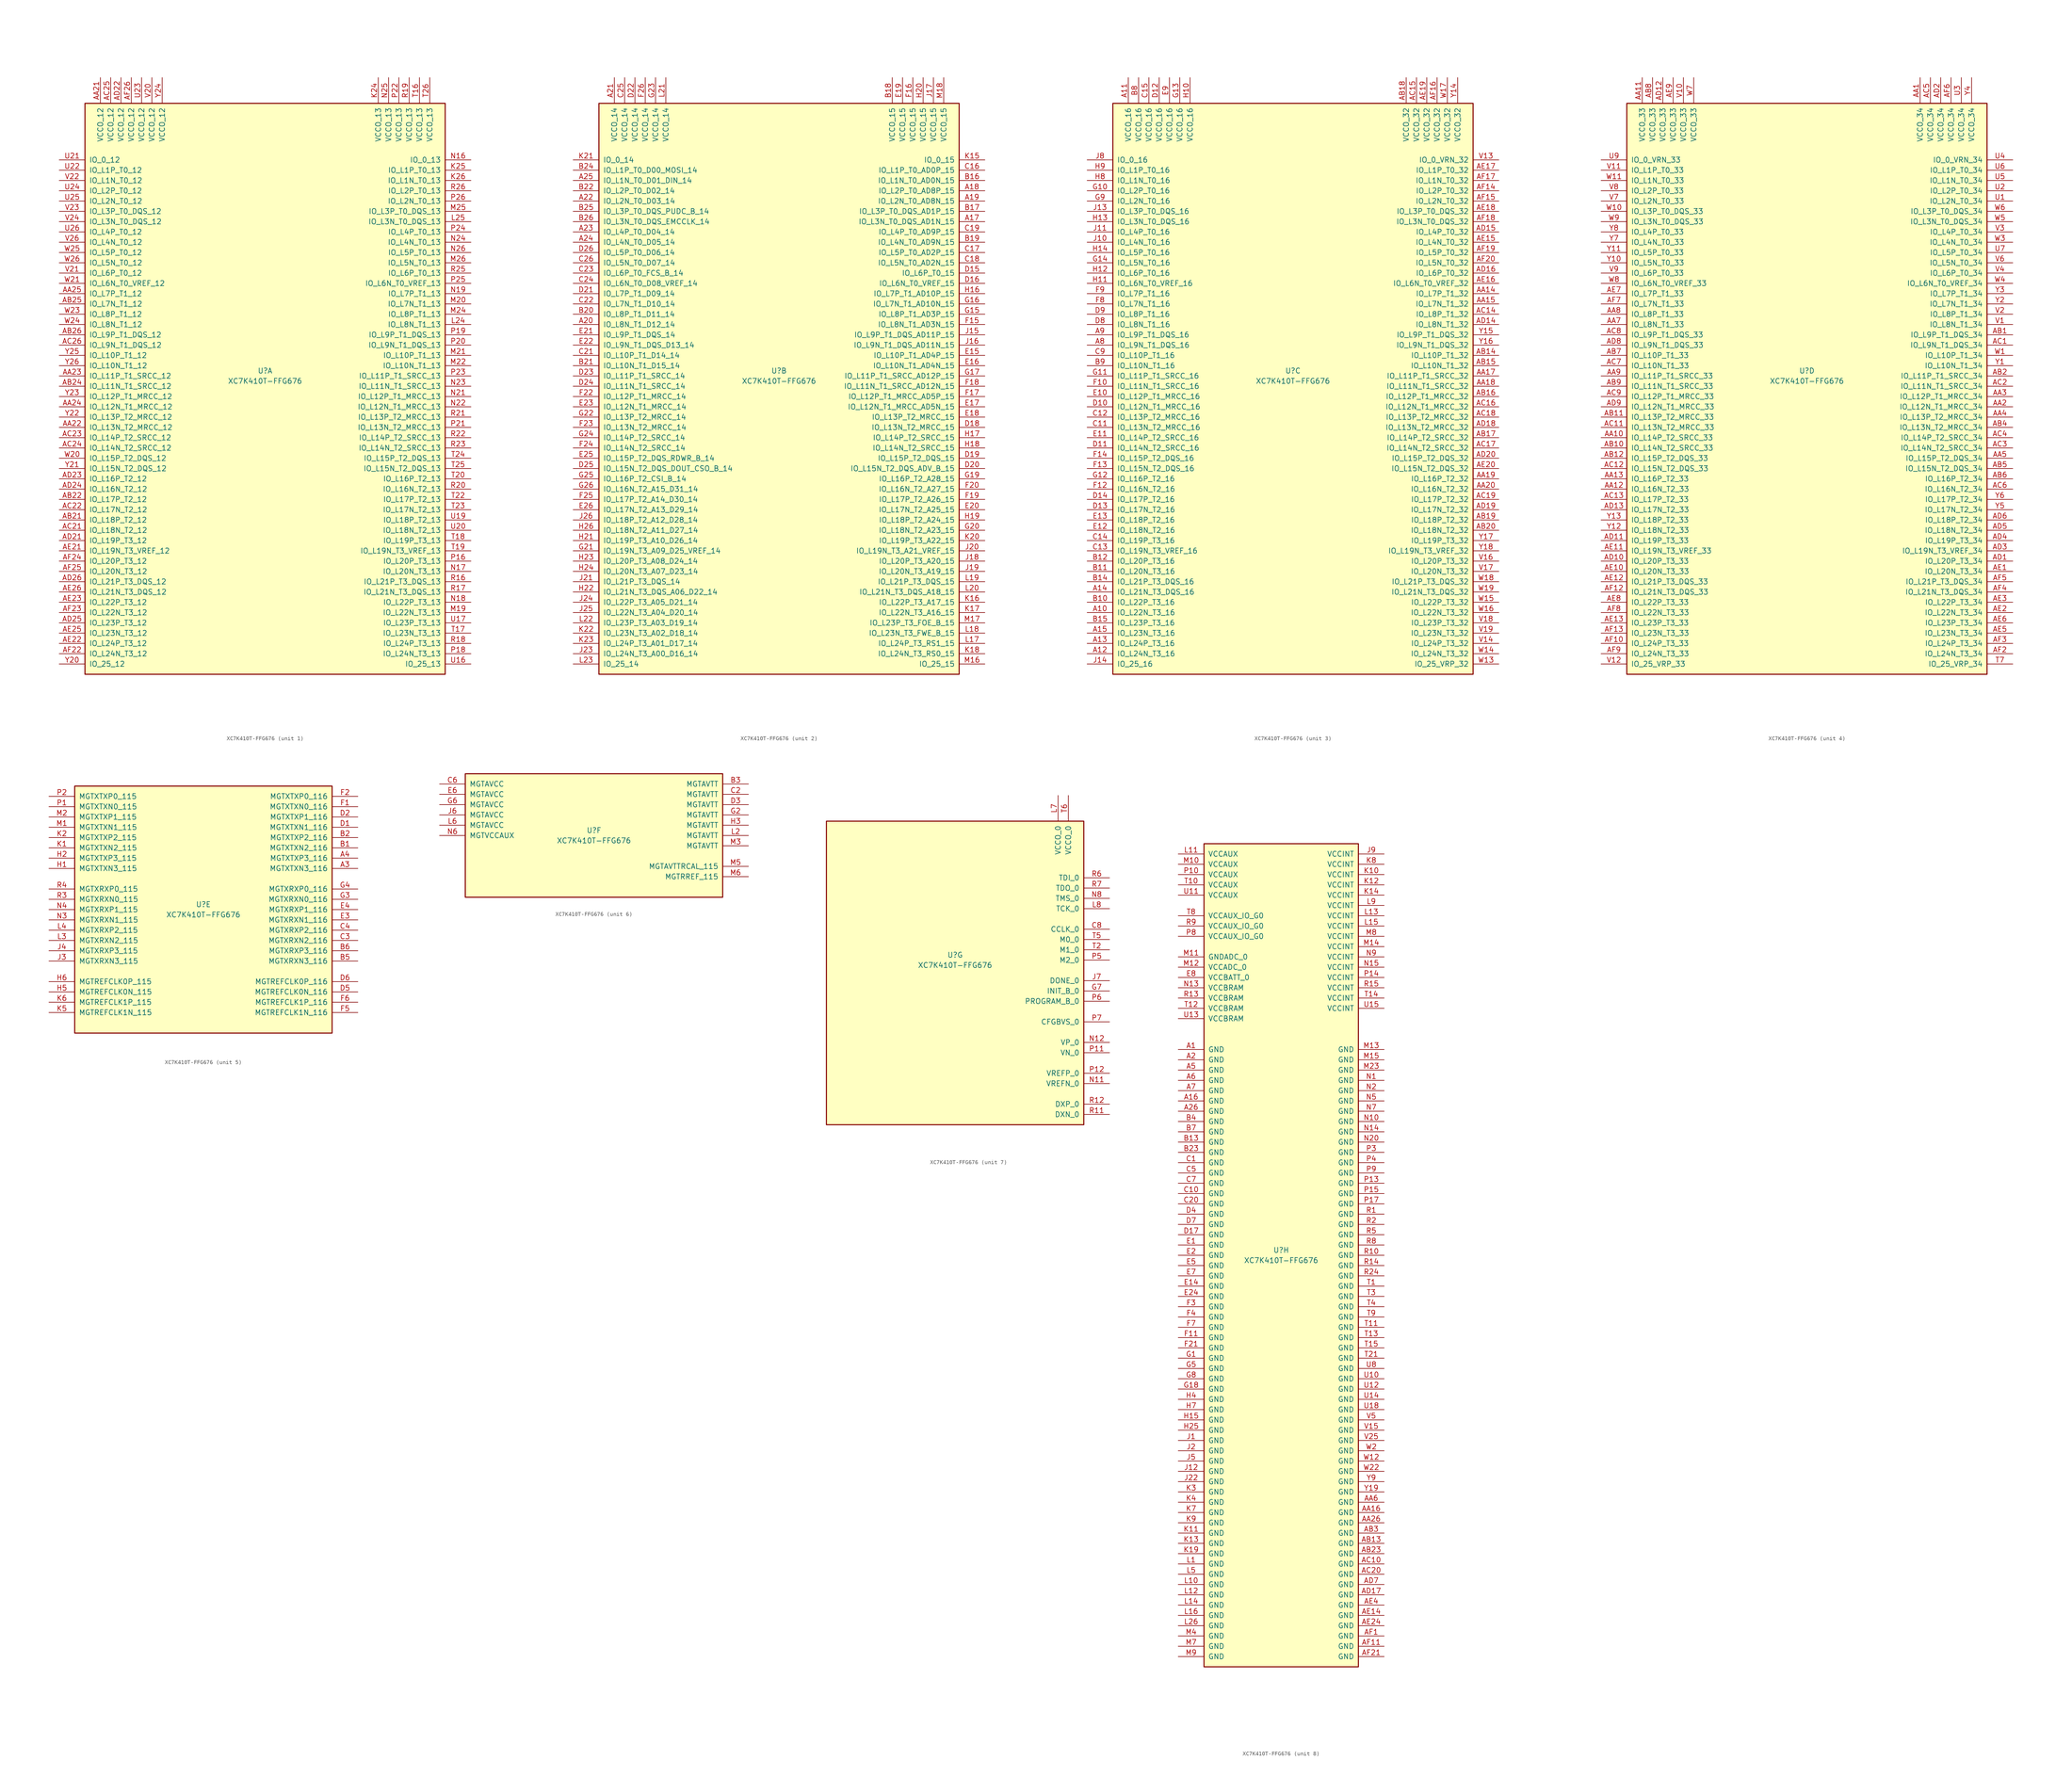
<source format=kicad_sym>
(kicad_symbol_lib
  (version 20211014)
  (generator kicad_symbol_editor)
  (symbol "XC7K410T-FFG676"
    (pin_names
      (offset 1.016))
    (property "Reference" "U"
      (at 0 1.27 0)
      (effects (font (size 1.27 1.27))))
    (property "Value" "XC7K410T-FFG676"
      (at 0 -1.27 0)
      (effects (font (size 1.27 1.27))))
    (property "Datasheet" ""
      (at 0 0 0)
      (effects (font (size 1.27 1.27))))
    (property "ki_locked" ""
      (at 0 0 0)
      (effects (font (size 1.27 1.27))))
    (symbol "XC7K410T-FFG676_1_1"
      (rectangle (start -44.45 67.31) (end 44.45 -73.66) (stroke (width 0.254) (type default) (color 0 0 0 0)) (fill (type background)))
      (pin power_in line (at -40.64 73.66 270) (length 6.35) (name "VCCO_12" (effects (font (size 1.27 1.27)))) (number "AA21" (effects (font (size 1.27 1.27)))))
      (pin bidirectional line (at -50.8 -12.7 0) (length 6.35) (name "IO_L13N_T2_MRCC_12" (effects (font (size 1.27 1.27)))) (number "AA22" (effects (font (size 1.27 1.27)))))
      (pin bidirectional line (at -50.8 0 0) (length 6.35) (name "IO_L11P_T1_SRCC_12" (effects (font (size 1.27 1.27)))) (number "AA23" (effects (font (size 1.27 1.27)))))
      (pin bidirectional line (at -50.8 -7.62 0) (length 6.35) (name "IO_L12N_T1_MRCC_12" (effects (font (size 1.27 1.27)))) (number "AA24" (effects (font (size 1.27 1.27)))))
      (pin bidirectional line (at -50.8 20.32 0) (length 6.35) (name "IO_L7P_T1_12" (effects (font (size 1.27 1.27)))) (number "AA25" (effects (font (size 1.27 1.27)))))
      (pin bidirectional line (at -50.8 -35.56 0) (length 6.35) (name "IO_L18P_T2_12" (effects (font (size 1.27 1.27)))) (number "AB21" (effects (font (size 1.27 1.27)))))
      (pin bidirectional line (at -50.8 -30.48 0) (length 6.35) (name "IO_L17P_T2_12" (effects (font (size 1.27 1.27)))) (number "AB22" (effects (font (size 1.27 1.27)))))
      (pin bidirectional line (at -50.8 -2.54 0) (length 6.35) (name "IO_L11N_T1_SRCC_12" (effects (font (size 1.27 1.27)))) (number "AB24" (effects (font (size 1.27 1.27)))))
      (pin bidirectional line (at -50.8 17.78 0) (length 6.35) (name "IO_L7N_T1_12" (effects (font (size 1.27 1.27)))) (number "AB25" (effects (font (size 1.27 1.27)))))
      (pin bidirectional line (at -50.8 10.16 0) (length 6.35) (name "IO_L9P_T1_DQS_12" (effects (font (size 1.27 1.27)))) (number "AB26" (effects (font (size 1.27 1.27)))))
      (pin bidirectional line (at -50.8 -38.1 0) (length 6.35) (name "IO_L18N_T2_12" (effects (font (size 1.27 1.27)))) (number "AC21" (effects (font (size 1.27 1.27)))))
      (pin bidirectional line (at -50.8 -33.02 0) (length 6.35) (name "IO_L17N_T2_12" (effects (font (size 1.27 1.27)))) (number "AC22" (effects (font (size 1.27 1.27)))))
      (pin bidirectional line (at -50.8 -15.24 0) (length 6.35) (name "IO_L14P_T2_SRCC_12" (effects (font (size 1.27 1.27)))) (number "AC23" (effects (font (size 1.27 1.27)))))
      (pin bidirectional line (at -50.8 -17.78 0) (length 6.35) (name "IO_L14N_T2_SRCC_12" (effects (font (size 1.27 1.27)))) (number "AC24" (effects (font (size 1.27 1.27)))))
      (pin power_in line (at -38.1 73.66 270) (length 6.35) (name "VCCO_12" (effects (font (size 1.27 1.27)))) (number "AC25" (effects (font (size 1.27 1.27)))))
      (pin bidirectional line (at -50.8 7.62 0) (length 6.35) (name "IO_L9N_T1_DQS_12" (effects (font (size 1.27 1.27)))) (number "AC26" (effects (font (size 1.27 1.27)))))
      (pin bidirectional line (at -50.8 -40.64 0) (length 6.35) (name "IO_L19P_T3_12" (effects (font (size 1.27 1.27)))) (number "AD21" (effects (font (size 1.27 1.27)))))
      (pin power_in line (at -35.56 73.66 270) (length 6.35) (name "VCCO_12" (effects (font (size 1.27 1.27)))) (number "AD22" (effects (font (size 1.27 1.27)))))
      (pin bidirectional line (at -50.8 -25.4 0) (length 6.35) (name "IO_L16P_T2_12" (effects (font (size 1.27 1.27)))) (number "AD23" (effects (font (size 1.27 1.27)))))
      (pin bidirectional line (at -50.8 -27.94 0) (length 6.35) (name "IO_L16N_T2_12" (effects (font (size 1.27 1.27)))) (number "AD24" (effects (font (size 1.27 1.27)))))
      (pin bidirectional line (at -50.8 -60.96 0) (length 6.35) (name "IO_L23P_T3_12" (effects (font (size 1.27 1.27)))) (number "AD25" (effects (font (size 1.27 1.27)))))
      (pin bidirectional line (at -50.8 -50.8 0) (length 6.35) (name "IO_L21P_T3_DQS_12" (effects (font (size 1.27 1.27)))) (number "AD26" (effects (font (size 1.27 1.27)))))
      (pin bidirectional line (at -50.8 -43.18 0) (length 6.35) (name "IO_L19N_T3_VREF_12" (effects (font (size 1.27 1.27)))) (number "AE21" (effects (font (size 1.27 1.27)))))
      (pin bidirectional line (at -50.8 -66.04 0) (length 6.35) (name "IO_L24P_T3_12" (effects (font (size 1.27 1.27)))) (number "AE22" (effects (font (size 1.27 1.27)))))
      (pin bidirectional line (at -50.8 -55.88 0) (length 6.35) (name "IO_L22P_T3_12" (effects (font (size 1.27 1.27)))) (number "AE23" (effects (font (size 1.27 1.27)))))
      (pin bidirectional line (at -50.8 -63.5 0) (length 6.35) (name "IO_L23N_T3_12" (effects (font (size 1.27 1.27)))) (number "AE25" (effects (font (size 1.27 1.27)))))
      (pin bidirectional line (at -50.8 -53.34 0) (length 6.35) (name "IO_L21N_T3_DQS_12" (effects (font (size 1.27 1.27)))) (number "AE26" (effects (font (size 1.27 1.27)))))
      (pin bidirectional line (at -50.8 -68.58 0) (length 6.35) (name "IO_L24N_T3_12" (effects (font (size 1.27 1.27)))) (number "AF22" (effects (font (size 1.27 1.27)))))
      (pin bidirectional line (at -50.8 -58.42 0) (length 6.35) (name "IO_L22N_T3_12" (effects (font (size 1.27 1.27)))) (number "AF23" (effects (font (size 1.27 1.27)))))
      (pin bidirectional line (at -50.8 -45.72 0) (length 6.35) (name "IO_L20P_T3_12" (effects (font (size 1.27 1.27)))) (number "AF24" (effects (font (size 1.27 1.27)))))
      (pin bidirectional line (at -50.8 -48.26 0) (length 6.35) (name "IO_L20N_T3_12" (effects (font (size 1.27 1.27)))) (number "AF25" (effects (font (size 1.27 1.27)))))
      (pin power_in line (at -33.02 73.66 270) (length 6.35) (name "VCCO_12" (effects (font (size 1.27 1.27)))) (number "AF26" (effects (font (size 1.27 1.27)))))
      (pin power_in line (at 27.94 73.66 270) (length 6.35) (name "VCCO_13" (effects (font (size 1.27 1.27)))) (number "K24" (effects (font (size 1.27 1.27)))))
      (pin bidirectional line (at 50.8 50.8 180) (length 6.35) (name "IO_L1P_T0_13" (effects (font (size 1.27 1.27)))) (number "K25" (effects (font (size 1.27 1.27)))))
      (pin bidirectional line (at 50.8 48.26 180) (length 6.35) (name "IO_L1N_T0_13" (effects (font (size 1.27 1.27)))) (number "K26" (effects (font (size 1.27 1.27)))))
      (pin bidirectional line (at 50.8 12.7 180) (length 6.35) (name "IO_L8N_T1_13" (effects (font (size 1.27 1.27)))) (number "L24" (effects (font (size 1.27 1.27)))))
      (pin bidirectional line (at 50.8 38.1 180) (length 6.35) (name "IO_L3N_T0_DQS_13" (effects (font (size 1.27 1.27)))) (number "L25" (effects (font (size 1.27 1.27)))))
      (pin bidirectional line (at 50.8 -58.42 180) (length 6.35) (name "IO_L22N_T3_13" (effects (font (size 1.27 1.27)))) (number "M19" (effects (font (size 1.27 1.27)))))
      (pin bidirectional line (at 50.8 17.78 180) (length 6.35) (name "IO_L7N_T1_13" (effects (font (size 1.27 1.27)))) (number "M20" (effects (font (size 1.27 1.27)))))
      (pin bidirectional line (at 50.8 5.08 180) (length 6.35) (name "IO_L10P_T1_13" (effects (font (size 1.27 1.27)))) (number "M21" (effects (font (size 1.27 1.27)))))
      (pin bidirectional line (at 50.8 2.54 180) (length 6.35) (name "IO_L10N_T1_13" (effects (font (size 1.27 1.27)))) (number "M22" (effects (font (size 1.27 1.27)))))
      (pin bidirectional line (at 50.8 15.24 180) (length 6.35) (name "IO_L8P_T1_13" (effects (font (size 1.27 1.27)))) (number "M24" (effects (font (size 1.27 1.27)))))
      (pin bidirectional line (at 50.8 40.64 180) (length 6.35) (name "IO_L3P_T0_DQS_13" (effects (font (size 1.27 1.27)))) (number "M25" (effects (font (size 1.27 1.27)))))
      (pin bidirectional line (at 50.8 27.94 180) (length 6.35) (name "IO_L5N_T0_13" (effects (font (size 1.27 1.27)))) (number "M26" (effects (font (size 1.27 1.27)))))
      (pin bidirectional line (at 50.8 53.34 180) (length 6.35) (name "IO_0_13" (effects (font (size 1.27 1.27)))) (number "N16" (effects (font (size 1.27 1.27)))))
      (pin bidirectional line (at 50.8 -48.26 180) (length 6.35) (name "IO_L20N_T3_13" (effects (font (size 1.27 1.27)))) (number "N17" (effects (font (size 1.27 1.27)))))
      (pin bidirectional line (at 50.8 -55.88 180) (length 6.35) (name "IO_L22P_T3_13" (effects (font (size 1.27 1.27)))) (number "N18" (effects (font (size 1.27 1.27)))))
      (pin bidirectional line (at 50.8 20.32 180) (length 6.35) (name "IO_L7P_T1_13" (effects (font (size 1.27 1.27)))) (number "N19" (effects (font (size 1.27 1.27)))))
      (pin bidirectional line (at 50.8 -5.08 180) (length 6.35) (name "IO_L12P_T1_MRCC_13" (effects (font (size 1.27 1.27)))) (number "N21" (effects (font (size 1.27 1.27)))))
      (pin bidirectional line (at 50.8 -7.62 180) (length 6.35) (name "IO_L12N_T1_MRCC_13" (effects (font (size 1.27 1.27)))) (number "N22" (effects (font (size 1.27 1.27)))))
      (pin bidirectional line (at 50.8 -2.54 180) (length 6.35) (name "IO_L11N_T1_SRCC_13" (effects (font (size 1.27 1.27)))) (number "N23" (effects (font (size 1.27 1.27)))))
      (pin bidirectional line (at 50.8 33.02 180) (length 6.35) (name "IO_L4N_T0_13" (effects (font (size 1.27 1.27)))) (number "N24" (effects (font (size 1.27 1.27)))))
      (pin power_in line (at 30.48 73.66 270) (length 6.35) (name "VCCO_13" (effects (font (size 1.27 1.27)))) (number "N25" (effects (font (size 1.27 1.27)))))
      (pin bidirectional line (at 50.8 30.48 180) (length 6.35) (name "IO_L5P_T0_13" (effects (font (size 1.27 1.27)))) (number "N26" (effects (font (size 1.27 1.27)))))
      (pin bidirectional line (at 50.8 -45.72 180) (length 6.35) (name "IO_L20P_T3_13" (effects (font (size 1.27 1.27)))) (number "P16" (effects (font (size 1.27 1.27)))))
      (pin bidirectional line (at 50.8 -68.58 180) (length 6.35) (name "IO_L24N_T3_13" (effects (font (size 1.27 1.27)))) (number "P18" (effects (font (size 1.27 1.27)))))
      (pin bidirectional line (at 50.8 10.16 180) (length 6.35) (name "IO_L9P_T1_DQS_13" (effects (font (size 1.27 1.27)))) (number "P19" (effects (font (size 1.27 1.27)))))
      (pin bidirectional line (at 50.8 7.62 180) (length 6.35) (name "IO_L9N_T1_DQS_13" (effects (font (size 1.27 1.27)))) (number "P20" (effects (font (size 1.27 1.27)))))
      (pin bidirectional line (at 50.8 -12.7 180) (length 6.35) (name "IO_L13N_T2_MRCC_13" (effects (font (size 1.27 1.27)))) (number "P21" (effects (font (size 1.27 1.27)))))
      (pin power_in line (at 33.02 73.66 270) (length 6.35) (name "VCCO_13" (effects (font (size 1.27 1.27)))) (number "P22" (effects (font (size 1.27 1.27)))))
      (pin bidirectional line (at 50.8 0 180) (length 6.35) (name "IO_L11P_T1_SRCC_13" (effects (font (size 1.27 1.27)))) (number "P23" (effects (font (size 1.27 1.27)))))
      (pin bidirectional line (at 50.8 35.56 180) (length 6.35) (name "IO_L4P_T0_13" (effects (font (size 1.27 1.27)))) (number "P24" (effects (font (size 1.27 1.27)))))
      (pin bidirectional line (at 50.8 22.86 180) (length 6.35) (name "IO_L6N_T0_VREF_13" (effects (font (size 1.27 1.27)))) (number "P25" (effects (font (size 1.27 1.27)))))
      (pin bidirectional line (at 50.8 43.18 180) (length 6.35) (name "IO_L2N_T0_13" (effects (font (size 1.27 1.27)))) (number "P26" (effects (font (size 1.27 1.27)))))
      (pin bidirectional line (at 50.8 -50.8 180) (length 6.35) (name "IO_L21P_T3_DQS_13" (effects (font (size 1.27 1.27)))) (number "R16" (effects (font (size 1.27 1.27)))))
      (pin bidirectional line (at 50.8 -53.34 180) (length 6.35) (name "IO_L21N_T3_DQS_13" (effects (font (size 1.27 1.27)))) (number "R17" (effects (font (size 1.27 1.27)))))
      (pin bidirectional line (at 50.8 -66.04 180) (length 6.35) (name "IO_L24P_T3_13" (effects (font (size 1.27 1.27)))) (number "R18" (effects (font (size 1.27 1.27)))))
      (pin power_in line (at 35.56 73.66 270) (length 6.35) (name "VCCO_13" (effects (font (size 1.27 1.27)))) (number "R19" (effects (font (size 1.27 1.27)))))
      (pin bidirectional line (at 50.8 -27.94 180) (length 6.35) (name "IO_L16N_T2_13" (effects (font (size 1.27 1.27)))) (number "R20" (effects (font (size 1.27 1.27)))))
      (pin bidirectional line (at 50.8 -10.16 180) (length 6.35) (name "IO_L13P_T2_MRCC_13" (effects (font (size 1.27 1.27)))) (number "R21" (effects (font (size 1.27 1.27)))))
      (pin bidirectional line (at 50.8 -15.24 180) (length 6.35) (name "IO_L14P_T2_SRCC_13" (effects (font (size 1.27 1.27)))) (number "R22" (effects (font (size 1.27 1.27)))))
      (pin bidirectional line (at 50.8 -17.78 180) (length 6.35) (name "IO_L14N_T2_SRCC_13" (effects (font (size 1.27 1.27)))) (number "R23" (effects (font (size 1.27 1.27)))))
      (pin bidirectional line (at 50.8 25.4 180) (length 6.35) (name "IO_L6P_T0_13" (effects (font (size 1.27 1.27)))) (number "R25" (effects (font (size 1.27 1.27)))))
      (pin bidirectional line (at 50.8 45.72 180) (length 6.35) (name "IO_L2P_T0_13" (effects (font (size 1.27 1.27)))) (number "R26" (effects (font (size 1.27 1.27)))))
      (pin power_in line (at 38.1 73.66 270) (length 6.35) (name "VCCO_13" (effects (font (size 1.27 1.27)))) (number "T16" (effects (font (size 1.27 1.27)))))
      (pin bidirectional line (at 50.8 -63.5 180) (length 6.35) (name "IO_L23N_T3_13" (effects (font (size 1.27 1.27)))) (number "T17" (effects (font (size 1.27 1.27)))))
      (pin bidirectional line (at 50.8 -40.64 180) (length 6.35) (name "IO_L19P_T3_13" (effects (font (size 1.27 1.27)))) (number "T18" (effects (font (size 1.27 1.27)))))
      (pin bidirectional line (at 50.8 -43.18 180) (length 6.35) (name "IO_L19N_T3_VREF_13" (effects (font (size 1.27 1.27)))) (number "T19" (effects (font (size 1.27 1.27)))))
      (pin bidirectional line (at 50.8 -25.4 180) (length 6.35) (name "IO_L16P_T2_13" (effects (font (size 1.27 1.27)))) (number "T20" (effects (font (size 1.27 1.27)))))
      (pin bidirectional line (at 50.8 -30.48 180) (length 6.35) (name "IO_L17P_T2_13" (effects (font (size 1.27 1.27)))) (number "T22" (effects (font (size 1.27 1.27)))))
      (pin bidirectional line (at 50.8 -33.02 180) (length 6.35) (name "IO_L17N_T2_13" (effects (font (size 1.27 1.27)))) (number "T23" (effects (font (size 1.27 1.27)))))
      (pin bidirectional line (at 50.8 -20.32 180) (length 6.35) (name "IO_L15P_T2_DQS_13" (effects (font (size 1.27 1.27)))) (number "T24" (effects (font (size 1.27 1.27)))))
      (pin bidirectional line (at 50.8 -22.86 180) (length 6.35) (name "IO_L15N_T2_DQS_13" (effects (font (size 1.27 1.27)))) (number "T25" (effects (font (size 1.27 1.27)))))
      (pin power_in line (at 40.64 73.66 270) (length 6.35) (name "VCCO_13" (effects (font (size 1.27 1.27)))) (number "T26" (effects (font (size 1.27 1.27)))))
      (pin bidirectional line (at 50.8 -71.12 180) (length 6.35) (name "IO_25_13" (effects (font (size 1.27 1.27)))) (number "U16" (effects (font (size 1.27 1.27)))))
      (pin bidirectional line (at 50.8 -60.96 180) (length 6.35) (name "IO_L23P_T3_13" (effects (font (size 1.27 1.27)))) (number "U17" (effects (font (size 1.27 1.27)))))
      (pin bidirectional line (at 50.8 -35.56 180) (length 6.35) (name "IO_L18P_T2_13" (effects (font (size 1.27 1.27)))) (number "U19" (effects (font (size 1.27 1.27)))))
      (pin bidirectional line (at 50.8 -38.1 180) (length 6.35) (name "IO_L18N_T2_13" (effects (font (size 1.27 1.27)))) (number "U20" (effects (font (size 1.27 1.27)))))
      (pin bidirectional line (at -50.8 53.34 0) (length 6.35) (name "IO_0_12" (effects (font (size 1.27 1.27)))) (number "U21" (effects (font (size 1.27 1.27)))))
      (pin bidirectional line (at -50.8 50.8 0) (length 6.35) (name "IO_L1P_T0_12" (effects (font (size 1.27 1.27)))) (number "U22" (effects (font (size 1.27 1.27)))))
      (pin power_in line (at -30.48 73.66 270) (length 6.35) (name "VCCO_12" (effects (font (size 1.27 1.27)))) (number "U23" (effects (font (size 1.27 1.27)))))
      (pin bidirectional line (at -50.8 45.72 0) (length 6.35) (name "IO_L2P_T0_12" (effects (font (size 1.27 1.27)))) (number "U24" (effects (font (size 1.27 1.27)))))
      (pin bidirectional line (at -50.8 43.18 0) (length 6.35) (name "IO_L2N_T0_12" (effects (font (size 1.27 1.27)))) (number "U25" (effects (font (size 1.27 1.27)))))
      (pin bidirectional line (at -50.8 35.56 0) (length 6.35) (name "IO_L4P_T0_12" (effects (font (size 1.27 1.27)))) (number "U26" (effects (font (size 1.27 1.27)))))
      (pin power_in line (at -27.94 73.66 270) (length 6.35) (name "VCCO_12" (effects (font (size 1.27 1.27)))) (number "V20" (effects (font (size 1.27 1.27)))))
      (pin bidirectional line (at -50.8 25.4 0) (length 6.35) (name "IO_L6P_T0_12" (effects (font (size 1.27 1.27)))) (number "V21" (effects (font (size 1.27 1.27)))))
      (pin bidirectional line (at -50.8 48.26 0) (length 6.35) (name "IO_L1N_T0_12" (effects (font (size 1.27 1.27)))) (number "V22" (effects (font (size 1.27 1.27)))))
      (pin bidirectional line (at -50.8 40.64 0) (length 6.35) (name "IO_L3P_T0_DQS_12" (effects (font (size 1.27 1.27)))) (number "V23" (effects (font (size 1.27 1.27)))))
      (pin bidirectional line (at -50.8 38.1 0) (length 6.35) (name "IO_L3N_T0_DQS_12" (effects (font (size 1.27 1.27)))) (number "V24" (effects (font (size 1.27 1.27)))))
      (pin bidirectional line (at -50.8 33.02 0) (length 6.35) (name "IO_L4N_T0_12" (effects (font (size 1.27 1.27)))) (number "V26" (effects (font (size 1.27 1.27)))))
      (pin bidirectional line (at -50.8 -20.32 0) (length 6.35) (name "IO_L15P_T2_DQS_12" (effects (font (size 1.27 1.27)))) (number "W20" (effects (font (size 1.27 1.27)))))
      (pin bidirectional line (at -50.8 22.86 0) (length 6.35) (name "IO_L6N_T0_VREF_12" (effects (font (size 1.27 1.27)))) (number "W21" (effects (font (size 1.27 1.27)))))
      (pin bidirectional line (at -50.8 15.24 0) (length 6.35) (name "IO_L8P_T1_12" (effects (font (size 1.27 1.27)))) (number "W23" (effects (font (size 1.27 1.27)))))
      (pin bidirectional line (at -50.8 12.7 0) (length 6.35) (name "IO_L8N_T1_12" (effects (font (size 1.27 1.27)))) (number "W24" (effects (font (size 1.27 1.27)))))
      (pin bidirectional line (at -50.8 30.48 0) (length 6.35) (name "IO_L5P_T0_12" (effects (font (size 1.27 1.27)))) (number "W25" (effects (font (size 1.27 1.27)))))
      (pin bidirectional line (at -50.8 27.94 0) (length 6.35) (name "IO_L5N_T0_12" (effects (font (size 1.27 1.27)))) (number "W26" (effects (font (size 1.27 1.27)))))
      (pin bidirectional line (at -50.8 -71.12 0) (length 6.35) (name "IO_25_12" (effects (font (size 1.27 1.27)))) (number "Y20" (effects (font (size 1.27 1.27)))))
      (pin bidirectional line (at -50.8 -22.86 0) (length 6.35) (name "IO_L15N_T2_DQS_12" (effects (font (size 1.27 1.27)))) (number "Y21" (effects (font (size 1.27 1.27)))))
      (pin bidirectional line (at -50.8 -10.16 0) (length 6.35) (name "IO_L13P_T2_MRCC_12" (effects (font (size 1.27 1.27)))) (number "Y22" (effects (font (size 1.27 1.27)))))
      (pin bidirectional line (at -50.8 -5.08 0) (length 6.35) (name "IO_L12P_T1_MRCC_12" (effects (font (size 1.27 1.27)))) (number "Y23" (effects (font (size 1.27 1.27)))))
      (pin power_in line (at -25.4 73.66 270) (length 6.35) (name "VCCO_12" (effects (font (size 1.27 1.27)))) (number "Y24" (effects (font (size 1.27 1.27)))))
      (pin bidirectional line (at -50.8 5.08 0) (length 6.35) (name "IO_L10P_T1_12" (effects (font (size 1.27 1.27)))) (number "Y25" (effects (font (size 1.27 1.27)))))
      (pin bidirectional line (at -50.8 2.54 0) (length 6.35) (name "IO_L10N_T1_12" (effects (font (size 1.27 1.27)))) (number "Y26" (effects (font (size 1.27 1.27))))))
    (symbol "XC7K410T-FFG676_2_1"
      (rectangle (start -44.45 67.31) (end 44.45 -73.66) (stroke (width 0.254) (type default) (color 0 0 0 0)) (fill (type background)))
      (pin bidirectional line (at 50.8 38.1 180) (length 6.35) (name "IO_L3N_T0_DQS_AD1N_15" (effects (font (size 1.27 1.27)))) (number "A17" (effects (font (size 1.27 1.27)))))
      (pin bidirectional line (at 50.8 45.72 180) (length 6.35) (name "IO_L2P_T0_AD8P_15" (effects (font (size 1.27 1.27)))) (number "A18" (effects (font (size 1.27 1.27)))))
      (pin bidirectional line (at 50.8 43.18 180) (length 6.35) (name "IO_L2N_T0_AD8N_15" (effects (font (size 1.27 1.27)))) (number "A19" (effects (font (size 1.27 1.27)))))
      (pin bidirectional line (at -50.8 12.7 0) (length 6.35) (name "IO_L8N_T1_D12_14" (effects (font (size 1.27 1.27)))) (number "A20" (effects (font (size 1.27 1.27)))))
      (pin power_in line (at -40.64 73.66 270) (length 6.35) (name "VCCO_14" (effects (font (size 1.27 1.27)))) (number "A21" (effects (font (size 1.27 1.27)))))
      (pin bidirectional line (at -50.8 43.18 0) (length 6.35) (name "IO_L2N_T0_D03_14" (effects (font (size 1.27 1.27)))) (number "A22" (effects (font (size 1.27 1.27)))))
      (pin bidirectional line (at -50.8 35.56 0) (length 6.35) (name "IO_L4P_T0_D04_14" (effects (font (size 1.27 1.27)))) (number "A23" (effects (font (size 1.27 1.27)))))
      (pin bidirectional line (at -50.8 33.02 0) (length 6.35) (name "IO_L4N_T0_D05_14" (effects (font (size 1.27 1.27)))) (number "A24" (effects (font (size 1.27 1.27)))))
      (pin bidirectional line (at -50.8 48.26 0) (length 6.35) (name "IO_L1N_T0_D01_DIN_14" (effects (font (size 1.27 1.27)))) (number "A25" (effects (font (size 1.27 1.27)))))
      (pin bidirectional line (at 50.8 48.26 180) (length 6.35) (name "IO_L1N_T0_AD0N_15" (effects (font (size 1.27 1.27)))) (number "B16" (effects (font (size 1.27 1.27)))))
      (pin bidirectional line (at 50.8 40.64 180) (length 6.35) (name "IO_L3P_T0_DQS_AD1P_15" (effects (font (size 1.27 1.27)))) (number "B17" (effects (font (size 1.27 1.27)))))
      (pin power_in line (at 27.94 73.66 270) (length 6.35) (name "VCCO_15" (effects (font (size 1.27 1.27)))) (number "B18" (effects (font (size 1.27 1.27)))))
      (pin bidirectional line (at 50.8 33.02 180) (length 6.35) (name "IO_L4N_T0_AD9N_15" (effects (font (size 1.27 1.27)))) (number "B19" (effects (font (size 1.27 1.27)))))
      (pin bidirectional line (at -50.8 15.24 0) (length 6.35) (name "IO_L8P_T1_D11_14" (effects (font (size 1.27 1.27)))) (number "B20" (effects (font (size 1.27 1.27)))))
      (pin bidirectional line (at -50.8 2.54 0) (length 6.35) (name "IO_L10N_T1_D15_14" (effects (font (size 1.27 1.27)))) (number "B21" (effects (font (size 1.27 1.27)))))
      (pin bidirectional line (at -50.8 45.72 0) (length 6.35) (name "IO_L2P_T0_D02_14" (effects (font (size 1.27 1.27)))) (number "B22" (effects (font (size 1.27 1.27)))))
      (pin bidirectional line (at -50.8 50.8 0) (length 6.35) (name "IO_L1P_T0_D00_MOSI_14" (effects (font (size 1.27 1.27)))) (number "B24" (effects (font (size 1.27 1.27)))))
      (pin bidirectional line (at -50.8 40.64 0) (length 6.35) (name "IO_L3P_T0_DQS_PUDC_B_14" (effects (font (size 1.27 1.27)))) (number "B25" (effects (font (size 1.27 1.27)))))
      (pin bidirectional line (at -50.8 38.1 0) (length 6.35) (name "IO_L3N_T0_DQS_EMCCLK_14" (effects (font (size 1.27 1.27)))) (number "B26" (effects (font (size 1.27 1.27)))))
      (pin bidirectional line (at 50.8 50.8 180) (length 6.35) (name "IO_L1P_T0_AD0P_15" (effects (font (size 1.27 1.27)))) (number "C16" (effects (font (size 1.27 1.27)))))
      (pin bidirectional line (at 50.8 30.48 180) (length 6.35) (name "IO_L5P_T0_AD2P_15" (effects (font (size 1.27 1.27)))) (number "C17" (effects (font (size 1.27 1.27)))))
      (pin bidirectional line (at 50.8 27.94 180) (length 6.35) (name "IO_L5N_T0_AD2N_15" (effects (font (size 1.27 1.27)))) (number "C18" (effects (font (size 1.27 1.27)))))
      (pin bidirectional line (at 50.8 35.56 180) (length 6.35) (name "IO_L4P_T0_AD9P_15" (effects (font (size 1.27 1.27)))) (number "C19" (effects (font (size 1.27 1.27)))))
      (pin bidirectional line (at -50.8 5.08 0) (length 6.35) (name "IO_L10P_T1_D14_14" (effects (font (size 1.27 1.27)))) (number "C21" (effects (font (size 1.27 1.27)))))
      (pin bidirectional line (at -50.8 17.78 0) (length 6.35) (name "IO_L7N_T1_D10_14" (effects (font (size 1.27 1.27)))) (number "C22" (effects (font (size 1.27 1.27)))))
      (pin bidirectional line (at -50.8 25.4 0) (length 6.35) (name "IO_L6P_T0_FCS_B_14" (effects (font (size 1.27 1.27)))) (number "C23" (effects (font (size 1.27 1.27)))))
      (pin bidirectional line (at -50.8 22.86 0) (length 6.35) (name "IO_L6N_T0_D08_VREF_14" (effects (font (size 1.27 1.27)))) (number "C24" (effects (font (size 1.27 1.27)))))
      (pin power_in line (at -38.1 73.66 270) (length 6.35) (name "VCCO_14" (effects (font (size 1.27 1.27)))) (number "C25" (effects (font (size 1.27 1.27)))))
      (pin bidirectional line (at -50.8 27.94 0) (length 6.35) (name "IO_L5N_T0_D07_14" (effects (font (size 1.27 1.27)))) (number "C26" (effects (font (size 1.27 1.27)))))
      (pin bidirectional line (at 50.8 25.4 180) (length 6.35) (name "IO_L6P_T0_15" (effects (font (size 1.27 1.27)))) (number "D15" (effects (font (size 1.27 1.27)))))
      (pin bidirectional line (at 50.8 22.86 180) (length 6.35) (name "IO_L6N_T0_VREF_15" (effects (font (size 1.27 1.27)))) (number "D16" (effects (font (size 1.27 1.27)))))
      (pin bidirectional line (at 50.8 -12.7 180) (length 6.35) (name "IO_L13N_T2_MRCC_15" (effects (font (size 1.27 1.27)))) (number "D18" (effects (font (size 1.27 1.27)))))
      (pin bidirectional line (at 50.8 -20.32 180) (length 6.35) (name "IO_L15P_T2_DQS_15" (effects (font (size 1.27 1.27)))) (number "D19" (effects (font (size 1.27 1.27)))))
      (pin bidirectional line (at 50.8 -22.86 180) (length 6.35) (name "IO_L15N_T2_DQS_ADV_B_15" (effects (font (size 1.27 1.27)))) (number "D20" (effects (font (size 1.27 1.27)))))
      (pin bidirectional line (at -50.8 20.32 0) (length 6.35) (name "IO_L7P_T1_D09_14" (effects (font (size 1.27 1.27)))) (number "D21" (effects (font (size 1.27 1.27)))))
      (pin power_in line (at -35.56 73.66 270) (length 6.35) (name "VCCO_14" (effects (font (size 1.27 1.27)))) (number "D22" (effects (font (size 1.27 1.27)))))
      (pin bidirectional line (at -50.8 0 0) (length 6.35) (name "IO_L11P_T1_SRCC_14" (effects (font (size 1.27 1.27)))) (number "D23" (effects (font (size 1.27 1.27)))))
      (pin bidirectional line (at -50.8 -2.54 0) (length 6.35) (name "IO_L11N_T1_SRCC_14" (effects (font (size 1.27 1.27)))) (number "D24" (effects (font (size 1.27 1.27)))))
      (pin bidirectional line (at -50.8 -22.86 0) (length 6.35) (name "IO_L15N_T2_DQS_DOUT_CSO_B_14" (effects (font (size 1.27 1.27)))) (number "D25" (effects (font (size 1.27 1.27)))))
      (pin bidirectional line (at -50.8 30.48 0) (length 6.35) (name "IO_L5P_T0_D06_14" (effects (font (size 1.27 1.27)))) (number "D26" (effects (font (size 1.27 1.27)))))
      (pin bidirectional line (at 50.8 5.08 180) (length 6.35) (name "IO_L10P_T1_AD4P_15" (effects (font (size 1.27 1.27)))) (number "E15" (effects (font (size 1.27 1.27)))))
      (pin bidirectional line (at 50.8 2.54 180) (length 6.35) (name "IO_L10N_T1_AD4N_15" (effects (font (size 1.27 1.27)))) (number "E16" (effects (font (size 1.27 1.27)))))
      (pin bidirectional line (at 50.8 -7.62 180) (length 6.35) (name "IO_L12N_T1_MRCC_AD5N_15" (effects (font (size 1.27 1.27)))) (number "E17" (effects (font (size 1.27 1.27)))))
      (pin bidirectional line (at 50.8 -10.16 180) (length 6.35) (name "IO_L13P_T2_MRCC_15" (effects (font (size 1.27 1.27)))) (number "E18" (effects (font (size 1.27 1.27)))))
      (pin power_in line (at 30.48 73.66 270) (length 6.35) (name "VCCO_15" (effects (font (size 1.27 1.27)))) (number "E19" (effects (font (size 1.27 1.27)))))
      (pin bidirectional line (at 50.8 -33.02 180) (length 6.35) (name "IO_L17N_T2_A25_15" (effects (font (size 1.27 1.27)))) (number "E20" (effects (font (size 1.27 1.27)))))
      (pin bidirectional line (at -50.8 10.16 0) (length 6.35) (name "IO_L9P_T1_DQS_14" (effects (font (size 1.27 1.27)))) (number "E21" (effects (font (size 1.27 1.27)))))
      (pin bidirectional line (at -50.8 7.62 0) (length 6.35) (name "IO_L9N_T1_DQS_D13_14" (effects (font (size 1.27 1.27)))) (number "E22" (effects (font (size 1.27 1.27)))))
      (pin bidirectional line (at -50.8 -7.62 0) (length 6.35) (name "IO_L12N_T1_MRCC_14" (effects (font (size 1.27 1.27)))) (number "E23" (effects (font (size 1.27 1.27)))))
      (pin bidirectional line (at -50.8 -20.32 0) (length 6.35) (name "IO_L15P_T2_DQS_RDWR_B_14" (effects (font (size 1.27 1.27)))) (number "E25" (effects (font (size 1.27 1.27)))))
      (pin bidirectional line (at -50.8 -33.02 0) (length 6.35) (name "IO_L17N_T2_A13_D29_14" (effects (font (size 1.27 1.27)))) (number "E26" (effects (font (size 1.27 1.27)))))
      (pin bidirectional line (at 50.8 12.7 180) (length 6.35) (name "IO_L8N_T1_AD3N_15" (effects (font (size 1.27 1.27)))) (number "F15" (effects (font (size 1.27 1.27)))))
      (pin power_in line (at 33.02 73.66 270) (length 6.35) (name "VCCO_15" (effects (font (size 1.27 1.27)))) (number "F16" (effects (font (size 1.27 1.27)))))
      (pin bidirectional line (at 50.8 -5.08 180) (length 6.35) (name "IO_L12P_T1_MRCC_AD5P_15" (effects (font (size 1.27 1.27)))) (number "F17" (effects (font (size 1.27 1.27)))))
      (pin bidirectional line (at 50.8 -2.54 180) (length 6.35) (name "IO_L11N_T1_SRCC_AD12N_15" (effects (font (size 1.27 1.27)))) (number "F18" (effects (font (size 1.27 1.27)))))
      (pin bidirectional line (at 50.8 -30.48 180) (length 6.35) (name "IO_L17P_T2_A26_15" (effects (font (size 1.27 1.27)))) (number "F19" (effects (font (size 1.27 1.27)))))
      (pin bidirectional line (at 50.8 -27.94 180) (length 6.35) (name "IO_L16N_T2_A27_15" (effects (font (size 1.27 1.27)))) (number "F20" (effects (font (size 1.27 1.27)))))
      (pin bidirectional line (at -50.8 -5.08 0) (length 6.35) (name "IO_L12P_T1_MRCC_14" (effects (font (size 1.27 1.27)))) (number "F22" (effects (font (size 1.27 1.27)))))
      (pin bidirectional line (at -50.8 -12.7 0) (length 6.35) (name "IO_L13N_T2_MRCC_14" (effects (font (size 1.27 1.27)))) (number "F23" (effects (font (size 1.27 1.27)))))
      (pin bidirectional line (at -50.8 -17.78 0) (length 6.35) (name "IO_L14N_T2_SRCC_14" (effects (font (size 1.27 1.27)))) (number "F24" (effects (font (size 1.27 1.27)))))
      (pin bidirectional line (at -50.8 -30.48 0) (length 6.35) (name "IO_L17P_T2_A14_D30_14" (effects (font (size 1.27 1.27)))) (number "F25" (effects (font (size 1.27 1.27)))))
      (pin power_in line (at -33.02 73.66 270) (length 6.35) (name "VCCO_14" (effects (font (size 1.27 1.27)))) (number "F26" (effects (font (size 1.27 1.27)))))
      (pin bidirectional line (at 50.8 15.24 180) (length 6.35) (name "IO_L8P_T1_AD3P_15" (effects (font (size 1.27 1.27)))) (number "G15" (effects (font (size 1.27 1.27)))))
      (pin bidirectional line (at 50.8 17.78 180) (length 6.35) (name "IO_L7N_T1_AD10N_15" (effects (font (size 1.27 1.27)))) (number "G16" (effects (font (size 1.27 1.27)))))
      (pin bidirectional line (at 50.8 0 180) (length 6.35) (name "IO_L11P_T1_SRCC_AD12P_15" (effects (font (size 1.27 1.27)))) (number "G17" (effects (font (size 1.27 1.27)))))
      (pin bidirectional line (at 50.8 -25.4 180) (length 6.35) (name "IO_L16P_T2_A28_15" (effects (font (size 1.27 1.27)))) (number "G19" (effects (font (size 1.27 1.27)))))
      (pin bidirectional line (at 50.8 -38.1 180) (length 6.35) (name "IO_L18N_T2_A23_15" (effects (font (size 1.27 1.27)))) (number "G20" (effects (font (size 1.27 1.27)))))
      (pin bidirectional line (at -50.8 -43.18 0) (length 6.35) (name "IO_L19N_T3_A09_D25_VREF_14" (effects (font (size 1.27 1.27)))) (number "G21" (effects (font (size 1.27 1.27)))))
      (pin bidirectional line (at -50.8 -10.16 0) (length 6.35) (name "IO_L13P_T2_MRCC_14" (effects (font (size 1.27 1.27)))) (number "G22" (effects (font (size 1.27 1.27)))))
      (pin power_in line (at -30.48 73.66 270) (length 6.35) (name "VCCO_14" (effects (font (size 1.27 1.27)))) (number "G23" (effects (font (size 1.27 1.27)))))
      (pin bidirectional line (at -50.8 -15.24 0) (length 6.35) (name "IO_L14P_T2_SRCC_14" (effects (font (size 1.27 1.27)))) (number "G24" (effects (font (size 1.27 1.27)))))
      (pin bidirectional line (at -50.8 -25.4 0) (length 6.35) (name "IO_L16P_T2_CSI_B_14" (effects (font (size 1.27 1.27)))) (number "G25" (effects (font (size 1.27 1.27)))))
      (pin bidirectional line (at -50.8 -27.94 0) (length 6.35) (name "IO_L16N_T2_A15_D31_14" (effects (font (size 1.27 1.27)))) (number "G26" (effects (font (size 1.27 1.27)))))
      (pin bidirectional line (at 50.8 20.32 180) (length 6.35) (name "IO_L7P_T1_AD10P_15" (effects (font (size 1.27 1.27)))) (number "H16" (effects (font (size 1.27 1.27)))))
      (pin bidirectional line (at 50.8 -15.24 180) (length 6.35) (name "IO_L14P_T2_SRCC_15" (effects (font (size 1.27 1.27)))) (number "H17" (effects (font (size 1.27 1.27)))))
      (pin bidirectional line (at 50.8 -17.78 180) (length 6.35) (name "IO_L14N_T2_SRCC_15" (effects (font (size 1.27 1.27)))) (number "H18" (effects (font (size 1.27 1.27)))))
      (pin bidirectional line (at 50.8 -35.56 180) (length 6.35) (name "IO_L18P_T2_A24_15" (effects (font (size 1.27 1.27)))) (number "H19" (effects (font (size 1.27 1.27)))))
      (pin power_in line (at 35.56 73.66 270) (length 6.35) (name "VCCO_15" (effects (font (size 1.27 1.27)))) (number "H20" (effects (font (size 1.27 1.27)))))
      (pin bidirectional line (at -50.8 -40.64 0) (length 6.35) (name "IO_L19P_T3_A10_D26_14" (effects (font (size 1.27 1.27)))) (number "H21" (effects (font (size 1.27 1.27)))))
      (pin bidirectional line (at -50.8 -53.34 0) (length 6.35) (name "IO_L21N_T3_DQS_A06_D22_14" (effects (font (size 1.27 1.27)))) (number "H22" (effects (font (size 1.27 1.27)))))
      (pin bidirectional line (at -50.8 -45.72 0) (length 6.35) (name "IO_L20P_T3_A08_D24_14" (effects (font (size 1.27 1.27)))) (number "H23" (effects (font (size 1.27 1.27)))))
      (pin bidirectional line (at -50.8 -48.26 0) (length 6.35) (name "IO_L20N_T3_A07_D23_14" (effects (font (size 1.27 1.27)))) (number "H24" (effects (font (size 1.27 1.27)))))
      (pin bidirectional line (at -50.8 -38.1 0) (length 6.35) (name "IO_L18N_T2_A11_D27_14" (effects (font (size 1.27 1.27)))) (number "H26" (effects (font (size 1.27 1.27)))))
      (pin bidirectional line (at 50.8 10.16 180) (length 6.35) (name "IO_L9P_T1_DQS_AD11P_15" (effects (font (size 1.27 1.27)))) (number "J15" (effects (font (size 1.27 1.27)))))
      (pin bidirectional line (at 50.8 7.62 180) (length 6.35) (name "IO_L9N_T1_DQS_AD11N_15" (effects (font (size 1.27 1.27)))) (number "J16" (effects (font (size 1.27 1.27)))))
      (pin power_in line (at 38.1 73.66 270) (length 6.35) (name "VCCO_15" (effects (font (size 1.27 1.27)))) (number "J17" (effects (font (size 1.27 1.27)))))
      (pin bidirectional line (at 50.8 -45.72 180) (length 6.35) (name "IO_L20P_T3_A20_15" (effects (font (size 1.27 1.27)))) (number "J18" (effects (font (size 1.27 1.27)))))
      (pin bidirectional line (at 50.8 -48.26 180) (length 6.35) (name "IO_L20N_T3_A19_15" (effects (font (size 1.27 1.27)))) (number "J19" (effects (font (size 1.27 1.27)))))
      (pin bidirectional line (at 50.8 -43.18 180) (length 6.35) (name "IO_L19N_T3_A21_VREF_15" (effects (font (size 1.27 1.27)))) (number "J20" (effects (font (size 1.27 1.27)))))
      (pin bidirectional line (at -50.8 -50.8 0) (length 6.35) (name "IO_L21P_T3_DQS_14" (effects (font (size 1.27 1.27)))) (number "J21" (effects (font (size 1.27 1.27)))))
      (pin bidirectional line (at -50.8 -68.58 0) (length 6.35) (name "IO_L24N_T3_A00_D16_14" (effects (font (size 1.27 1.27)))) (number "J23" (effects (font (size 1.27 1.27)))))
      (pin bidirectional line (at -50.8 -55.88 0) (length 6.35) (name "IO_L22P_T3_A05_D21_14" (effects (font (size 1.27 1.27)))) (number "J24" (effects (font (size 1.27 1.27)))))
      (pin bidirectional line (at -50.8 -58.42 0) (length 6.35) (name "IO_L22N_T3_A04_D20_14" (effects (font (size 1.27 1.27)))) (number "J25" (effects (font (size 1.27 1.27)))))
      (pin bidirectional line (at -50.8 -35.56 0) (length 6.35) (name "IO_L18P_T2_A12_D28_14" (effects (font (size 1.27 1.27)))) (number "J26" (effects (font (size 1.27 1.27)))))
      (pin bidirectional line (at 50.8 53.34 180) (length 6.35) (name "IO_0_15" (effects (font (size 1.27 1.27)))) (number "K15" (effects (font (size 1.27 1.27)))))
      (pin bidirectional line (at 50.8 -55.88 180) (length 6.35) (name "IO_L22P_T3_A17_15" (effects (font (size 1.27 1.27)))) (number "K16" (effects (font (size 1.27 1.27)))))
      (pin bidirectional line (at 50.8 -58.42 180) (length 6.35) (name "IO_L22N_T3_A16_15" (effects (font (size 1.27 1.27)))) (number "K17" (effects (font (size 1.27 1.27)))))
      (pin bidirectional line (at 50.8 -68.58 180) (length 6.35) (name "IO_L24N_T3_RS0_15" (effects (font (size 1.27 1.27)))) (number "K18" (effects (font (size 1.27 1.27)))))
      (pin bidirectional line (at 50.8 -40.64 180) (length 6.35) (name "IO_L19P_T3_A22_15" (effects (font (size 1.27 1.27)))) (number "K20" (effects (font (size 1.27 1.27)))))
      (pin bidirectional line (at -50.8 53.34 0) (length 6.35) (name "IO_0_14" (effects (font (size 1.27 1.27)))) (number "K21" (effects (font (size 1.27 1.27)))))
      (pin bidirectional line (at -50.8 -63.5 0) (length 6.35) (name "IO_L23N_T3_A02_D18_14" (effects (font (size 1.27 1.27)))) (number "K22" (effects (font (size 1.27 1.27)))))
      (pin bidirectional line (at -50.8 -66.04 0) (length 6.35) (name "IO_L24P_T3_A01_D17_14" (effects (font (size 1.27 1.27)))) (number "K23" (effects (font (size 1.27 1.27)))))
      (pin bidirectional line (at 50.8 -66.04 180) (length 6.35) (name "IO_L24P_T3_RS1_15" (effects (font (size 1.27 1.27)))) (number "L17" (effects (font (size 1.27 1.27)))))
      (pin bidirectional line (at 50.8 -63.5 180) (length 6.35) (name "IO_L23N_T3_FWE_B_15" (effects (font (size 1.27 1.27)))) (number "L18" (effects (font (size 1.27 1.27)))))
      (pin bidirectional line (at 50.8 -50.8 180) (length 6.35) (name "IO_L21P_T3_DQS_15" (effects (font (size 1.27 1.27)))) (number "L19" (effects (font (size 1.27 1.27)))))
      (pin bidirectional line (at 50.8 -53.34 180) (length 6.35) (name "IO_L21N_T3_DQS_A18_15" (effects (font (size 1.27 1.27)))) (number "L20" (effects (font (size 1.27 1.27)))))
      (pin power_in line (at -27.94 73.66 270) (length 6.35) (name "VCCO_14" (effects (font (size 1.27 1.27)))) (number "L21" (effects (font (size 1.27 1.27)))))
      (pin bidirectional line (at -50.8 -60.96 0) (length 6.35) (name "IO_L23P_T3_A03_D19_14" (effects (font (size 1.27 1.27)))) (number "L22" (effects (font (size 1.27 1.27)))))
      (pin bidirectional line (at -50.8 -71.12 0) (length 6.35) (name "IO_25_14" (effects (font (size 1.27 1.27)))) (number "L23" (effects (font (size 1.27 1.27)))))
      (pin bidirectional line (at 50.8 -71.12 180) (length 6.35) (name "IO_25_15" (effects (font (size 1.27 1.27)))) (number "M16" (effects (font (size 1.27 1.27)))))
      (pin bidirectional line (at 50.8 -60.96 180) (length 6.35) (name "IO_L23P_T3_FOE_B_15" (effects (font (size 1.27 1.27)))) (number "M17" (effects (font (size 1.27 1.27)))))
      (pin power_in line (at 40.64 73.66 270) (length 6.35) (name "VCCO_15" (effects (font (size 1.27 1.27)))) (number "M18" (effects (font (size 1.27 1.27))))))
    (symbol "XC7K410T-FFG676_3_1"
      (rectangle (start -44.45 67.31) (end 44.45 -73.66) (stroke (width 0.254) (type default) (color 0 0 0 0)) (fill (type background)))
      (pin bidirectional line (at -50.8 -58.42 0) (length 6.35) (name "IO_L22N_T3_16" (effects (font (size 1.27 1.27)))) (number "A10" (effects (font (size 1.27 1.27)))))
      (pin power_in line (at -40.64 73.66 270) (length 6.35) (name "VCCO_16" (effects (font (size 1.27 1.27)))) (number "A11" (effects (font (size 1.27 1.27)))))
      (pin bidirectional line (at -50.8 -68.58 0) (length 6.35) (name "IO_L24N_T3_16" (effects (font (size 1.27 1.27)))) (number "A12" (effects (font (size 1.27 1.27)))))
      (pin bidirectional line (at -50.8 -66.04 0) (length 6.35) (name "IO_L24P_T3_16" (effects (font (size 1.27 1.27)))) (number "A13" (effects (font (size 1.27 1.27)))))
      (pin bidirectional line (at -50.8 -53.34 0) (length 6.35) (name "IO_L21N_T3_DQS_16" (effects (font (size 1.27 1.27)))) (number "A14" (effects (font (size 1.27 1.27)))))
      (pin bidirectional line (at -50.8 -63.5 0) (length 6.35) (name "IO_L23N_T3_16" (effects (font (size 1.27 1.27)))) (number "A15" (effects (font (size 1.27 1.27)))))
      (pin bidirectional line (at -50.8 7.62 0) (length 6.35) (name "IO_L9N_T1_DQS_16" (effects (font (size 1.27 1.27)))) (number "A8" (effects (font (size 1.27 1.27)))))
      (pin bidirectional line (at -50.8 10.16 0) (length 6.35) (name "IO_L9P_T1_DQS_16" (effects (font (size 1.27 1.27)))) (number "A9" (effects (font (size 1.27 1.27)))))
      (pin bidirectional line (at 50.8 20.32 180) (length 6.35) (name "IO_L7P_T1_32" (effects (font (size 1.27 1.27)))) (number "AA14" (effects (font (size 1.27 1.27)))))
      (pin bidirectional line (at 50.8 17.78 180) (length 6.35) (name "IO_L7N_T1_32" (effects (font (size 1.27 1.27)))) (number "AA15" (effects (font (size 1.27 1.27)))))
      (pin bidirectional line (at 50.8 0 180) (length 6.35) (name "IO_L11P_T1_SRCC_32" (effects (font (size 1.27 1.27)))) (number "AA17" (effects (font (size 1.27 1.27)))))
      (pin bidirectional line (at 50.8 -2.54 180) (length 6.35) (name "IO_L11N_T1_SRCC_32" (effects (font (size 1.27 1.27)))) (number "AA18" (effects (font (size 1.27 1.27)))))
      (pin bidirectional line (at 50.8 -25.4 180) (length 6.35) (name "IO_L16P_T2_32" (effects (font (size 1.27 1.27)))) (number "AA19" (effects (font (size 1.27 1.27)))))
      (pin bidirectional line (at 50.8 -27.94 180) (length 6.35) (name "IO_L16N_T2_32" (effects (font (size 1.27 1.27)))) (number "AA20" (effects (font (size 1.27 1.27)))))
      (pin bidirectional line (at 50.8 5.08 180) (length 6.35) (name "IO_L10P_T1_32" (effects (font (size 1.27 1.27)))) (number "AB14" (effects (font (size 1.27 1.27)))))
      (pin bidirectional line (at 50.8 2.54 180) (length 6.35) (name "IO_L10N_T1_32" (effects (font (size 1.27 1.27)))) (number "AB15" (effects (font (size 1.27 1.27)))))
      (pin bidirectional line (at 50.8 -5.08 180) (length 6.35) (name "IO_L12P_T1_MRCC_32" (effects (font (size 1.27 1.27)))) (number "AB16" (effects (font (size 1.27 1.27)))))
      (pin bidirectional line (at 50.8 -15.24 180) (length 6.35) (name "IO_L14P_T2_SRCC_32" (effects (font (size 1.27 1.27)))) (number "AB17" (effects (font (size 1.27 1.27)))))
      (pin power_in line (at 27.94 73.66 270) (length 6.35) (name "VCCO_32" (effects (font (size 1.27 1.27)))) (number "AB18" (effects (font (size 1.27 1.27)))))
      (pin bidirectional line (at 50.8 -35.56 180) (length 6.35) (name "IO_L18P_T2_32" (effects (font (size 1.27 1.27)))) (number "AB19" (effects (font (size 1.27 1.27)))))
      (pin bidirectional line (at 50.8 -38.1 180) (length 6.35) (name "IO_L18N_T2_32" (effects (font (size 1.27 1.27)))) (number "AB20" (effects (font (size 1.27 1.27)))))
      (pin bidirectional line (at 50.8 15.24 180) (length 6.35) (name "IO_L8P_T1_32" (effects (font (size 1.27 1.27)))) (number "AC14" (effects (font (size 1.27 1.27)))))
      (pin power_in line (at 30.48 73.66 270) (length 6.35) (name "VCCO_32" (effects (font (size 1.27 1.27)))) (number "AC15" (effects (font (size 1.27 1.27)))))
      (pin bidirectional line (at 50.8 -7.62 180) (length 6.35) (name "IO_L12N_T1_MRCC_32" (effects (font (size 1.27 1.27)))) (number "AC16" (effects (font (size 1.27 1.27)))))
      (pin bidirectional line (at 50.8 -17.78 180) (length 6.35) (name "IO_L14N_T2_SRCC_32" (effects (font (size 1.27 1.27)))) (number "AC17" (effects (font (size 1.27 1.27)))))
      (pin bidirectional line (at 50.8 -10.16 180) (length 6.35) (name "IO_L13P_T2_MRCC_32" (effects (font (size 1.27 1.27)))) (number "AC18" (effects (font (size 1.27 1.27)))))
      (pin bidirectional line (at 50.8 -30.48 180) (length 6.35) (name "IO_L17P_T2_32" (effects (font (size 1.27 1.27)))) (number "AC19" (effects (font (size 1.27 1.27)))))
      (pin bidirectional line (at 50.8 12.7 180) (length 6.35) (name "IO_L8N_T1_32" (effects (font (size 1.27 1.27)))) (number "AD14" (effects (font (size 1.27 1.27)))))
      (pin bidirectional line (at 50.8 35.56 180) (length 6.35) (name "IO_L4P_T0_32" (effects (font (size 1.27 1.27)))) (number "AD15" (effects (font (size 1.27 1.27)))))
      (pin bidirectional line (at 50.8 25.4 180) (length 6.35) (name "IO_L6P_T0_32" (effects (font (size 1.27 1.27)))) (number "AD16" (effects (font (size 1.27 1.27)))))
      (pin bidirectional line (at 50.8 -12.7 180) (length 6.35) (name "IO_L13N_T2_MRCC_32" (effects (font (size 1.27 1.27)))) (number "AD18" (effects (font (size 1.27 1.27)))))
      (pin bidirectional line (at 50.8 -33.02 180) (length 6.35) (name "IO_L17N_T2_32" (effects (font (size 1.27 1.27)))) (number "AD19" (effects (font (size 1.27 1.27)))))
      (pin bidirectional line (at 50.8 -20.32 180) (length 6.35) (name "IO_L15P_T2_DQS_32" (effects (font (size 1.27 1.27)))) (number "AD20" (effects (font (size 1.27 1.27)))))
      (pin bidirectional line (at 50.8 33.02 180) (length 6.35) (name "IO_L4N_T0_32" (effects (font (size 1.27 1.27)))) (number "AE15" (effects (font (size 1.27 1.27)))))
      (pin bidirectional line (at 50.8 22.86 180) (length 6.35) (name "IO_L6N_T0_VREF_32" (effects (font (size 1.27 1.27)))) (number "AE16" (effects (font (size 1.27 1.27)))))
      (pin bidirectional line (at 50.8 50.8 180) (length 6.35) (name "IO_L1P_T0_32" (effects (font (size 1.27 1.27)))) (number "AE17" (effects (font (size 1.27 1.27)))))
      (pin bidirectional line (at 50.8 40.64 180) (length 6.35) (name "IO_L3P_T0_DQS_32" (effects (font (size 1.27 1.27)))) (number "AE18" (effects (font (size 1.27 1.27)))))
      (pin power_in line (at 33.02 73.66 270) (length 6.35) (name "VCCO_32" (effects (font (size 1.27 1.27)))) (number "AE19" (effects (font (size 1.27 1.27)))))
      (pin bidirectional line (at 50.8 -22.86 180) (length 6.35) (name "IO_L15N_T2_DQS_32" (effects (font (size 1.27 1.27)))) (number "AE20" (effects (font (size 1.27 1.27)))))
      (pin bidirectional line (at 50.8 45.72 180) (length 6.35) (name "IO_L2P_T0_32" (effects (font (size 1.27 1.27)))) (number "AF14" (effects (font (size 1.27 1.27)))))
      (pin bidirectional line (at 50.8 43.18 180) (length 6.35) (name "IO_L2N_T0_32" (effects (font (size 1.27 1.27)))) (number "AF15" (effects (font (size 1.27 1.27)))))
      (pin power_in line (at 35.56 73.66 270) (length 6.35) (name "VCCO_32" (effects (font (size 1.27 1.27)))) (number "AF16" (effects (font (size 1.27 1.27)))))
      (pin bidirectional line (at 50.8 48.26 180) (length 6.35) (name "IO_L1N_T0_32" (effects (font (size 1.27 1.27)))) (number "AF17" (effects (font (size 1.27 1.27)))))
      (pin bidirectional line (at 50.8 38.1 180) (length 6.35) (name "IO_L3N_T0_DQS_32" (effects (font (size 1.27 1.27)))) (number "AF18" (effects (font (size 1.27 1.27)))))
      (pin bidirectional line (at 50.8 30.48 180) (length 6.35) (name "IO_L5P_T0_32" (effects (font (size 1.27 1.27)))) (number "AF19" (effects (font (size 1.27 1.27)))))
      (pin bidirectional line (at 50.8 27.94 180) (length 6.35) (name "IO_L5N_T0_32" (effects (font (size 1.27 1.27)))) (number "AF20" (effects (font (size 1.27 1.27)))))
      (pin bidirectional line (at -50.8 -55.88 0) (length 6.35) (name "IO_L22P_T3_16" (effects (font (size 1.27 1.27)))) (number "B10" (effects (font (size 1.27 1.27)))))
      (pin bidirectional line (at -50.8 -48.26 0) (length 6.35) (name "IO_L20N_T3_16" (effects (font (size 1.27 1.27)))) (number "B11" (effects (font (size 1.27 1.27)))))
      (pin bidirectional line (at -50.8 -45.72 0) (length 6.35) (name "IO_L20P_T3_16" (effects (font (size 1.27 1.27)))) (number "B12" (effects (font (size 1.27 1.27)))))
      (pin bidirectional line (at -50.8 -50.8 0) (length 6.35) (name "IO_L21P_T3_DQS_16" (effects (font (size 1.27 1.27)))) (number "B14" (effects (font (size 1.27 1.27)))))
      (pin bidirectional line (at -50.8 -60.96 0) (length 6.35) (name "IO_L23P_T3_16" (effects (font (size 1.27 1.27)))) (number "B15" (effects (font (size 1.27 1.27)))))
      (pin power_in line (at -38.1 73.66 270) (length 6.35) (name "VCCO_16" (effects (font (size 1.27 1.27)))) (number "B8" (effects (font (size 1.27 1.27)))))
      (pin bidirectional line (at -50.8 2.54 0) (length 6.35) (name "IO_L10N_T1_16" (effects (font (size 1.27 1.27)))) (number "B9" (effects (font (size 1.27 1.27)))))
      (pin bidirectional line (at -50.8 -12.7 0) (length 6.35) (name "IO_L13N_T2_MRCC_16" (effects (font (size 1.27 1.27)))) (number "C11" (effects (font (size 1.27 1.27)))))
      (pin bidirectional line (at -50.8 -10.16 0) (length 6.35) (name "IO_L13P_T2_MRCC_16" (effects (font (size 1.27 1.27)))) (number "C12" (effects (font (size 1.27 1.27)))))
      (pin bidirectional line (at -50.8 -43.18 0) (length 6.35) (name "IO_L19N_T3_VREF_16" (effects (font (size 1.27 1.27)))) (number "C13" (effects (font (size 1.27 1.27)))))
      (pin bidirectional line (at -50.8 -40.64 0) (length 6.35) (name "IO_L19P_T3_16" (effects (font (size 1.27 1.27)))) (number "C14" (effects (font (size 1.27 1.27)))))
      (pin power_in line (at -35.56 73.66 270) (length 6.35) (name "VCCO_16" (effects (font (size 1.27 1.27)))) (number "C15" (effects (font (size 1.27 1.27)))))
      (pin bidirectional line (at -50.8 5.08 0) (length 6.35) (name "IO_L10P_T1_16" (effects (font (size 1.27 1.27)))) (number "C9" (effects (font (size 1.27 1.27)))))
      (pin bidirectional line (at -50.8 -7.62 0) (length 6.35) (name "IO_L12N_T1_MRCC_16" (effects (font (size 1.27 1.27)))) (number "D10" (effects (font (size 1.27 1.27)))))
      (pin bidirectional line (at -50.8 -17.78 0) (length 6.35) (name "IO_L14N_T2_SRCC_16" (effects (font (size 1.27 1.27)))) (number "D11" (effects (font (size 1.27 1.27)))))
      (pin power_in line (at -33.02 73.66 270) (length 6.35) (name "VCCO_16" (effects (font (size 1.27 1.27)))) (number "D12" (effects (font (size 1.27 1.27)))))
      (pin bidirectional line (at -50.8 -33.02 0) (length 6.35) (name "IO_L17N_T2_16" (effects (font (size 1.27 1.27)))) (number "D13" (effects (font (size 1.27 1.27)))))
      (pin bidirectional line (at -50.8 -30.48 0) (length 6.35) (name "IO_L17P_T2_16" (effects (font (size 1.27 1.27)))) (number "D14" (effects (font (size 1.27 1.27)))))
      (pin bidirectional line (at -50.8 12.7 0) (length 6.35) (name "IO_L8N_T1_16" (effects (font (size 1.27 1.27)))) (number "D8" (effects (font (size 1.27 1.27)))))
      (pin bidirectional line (at -50.8 15.24 0) (length 6.35) (name "IO_L8P_T1_16" (effects (font (size 1.27 1.27)))) (number "D9" (effects (font (size 1.27 1.27)))))
      (pin bidirectional line (at -50.8 -5.08 0) (length 6.35) (name "IO_L12P_T1_MRCC_16" (effects (font (size 1.27 1.27)))) (number "E10" (effects (font (size 1.27 1.27)))))
      (pin bidirectional line (at -50.8 -15.24 0) (length 6.35) (name "IO_L14P_T2_SRCC_16" (effects (font (size 1.27 1.27)))) (number "E11" (effects (font (size 1.27 1.27)))))
      (pin bidirectional line (at -50.8 -38.1 0) (length 6.35) (name "IO_L18N_T2_16" (effects (font (size 1.27 1.27)))) (number "E12" (effects (font (size 1.27 1.27)))))
      (pin bidirectional line (at -50.8 -35.56 0) (length 6.35) (name "IO_L18P_T2_16" (effects (font (size 1.27 1.27)))) (number "E13" (effects (font (size 1.27 1.27)))))
      (pin power_in line (at -30.48 73.66 270) (length 6.35) (name "VCCO_16" (effects (font (size 1.27 1.27)))) (number "E9" (effects (font (size 1.27 1.27)))))
      (pin bidirectional line (at -50.8 -2.54 0) (length 6.35) (name "IO_L11N_T1_SRCC_16" (effects (font (size 1.27 1.27)))) (number "F10" (effects (font (size 1.27 1.27)))))
      (pin bidirectional line (at -50.8 -27.94 0) (length 6.35) (name "IO_L16N_T2_16" (effects (font (size 1.27 1.27)))) (number "F12" (effects (font (size 1.27 1.27)))))
      (pin bidirectional line (at -50.8 -22.86 0) (length 6.35) (name "IO_L15N_T2_DQS_16" (effects (font (size 1.27 1.27)))) (number "F13" (effects (font (size 1.27 1.27)))))
      (pin bidirectional line (at -50.8 -20.32 0) (length 6.35) (name "IO_L15P_T2_DQS_16" (effects (font (size 1.27 1.27)))) (number "F14" (effects (font (size 1.27 1.27)))))
      (pin bidirectional line (at -50.8 17.78 0) (length 6.35) (name "IO_L7N_T1_16" (effects (font (size 1.27 1.27)))) (number "F8" (effects (font (size 1.27 1.27)))))
      (pin bidirectional line (at -50.8 20.32 0) (length 6.35) (name "IO_L7P_T1_16" (effects (font (size 1.27 1.27)))) (number "F9" (effects (font (size 1.27 1.27)))))
      (pin bidirectional line (at -50.8 45.72 0) (length 6.35) (name "IO_L2P_T0_16" (effects (font (size 1.27 1.27)))) (number "G10" (effects (font (size 1.27 1.27)))))
      (pin bidirectional line (at -50.8 0 0) (length 6.35) (name "IO_L11P_T1_SRCC_16" (effects (font (size 1.27 1.27)))) (number "G11" (effects (font (size 1.27 1.27)))))
      (pin bidirectional line (at -50.8 -25.4 0) (length 6.35) (name "IO_L16P_T2_16" (effects (font (size 1.27 1.27)))) (number "G12" (effects (font (size 1.27 1.27)))))
      (pin power_in line (at -27.94 73.66 270) (length 6.35) (name "VCCO_16" (effects (font (size 1.27 1.27)))) (number "G13" (effects (font (size 1.27 1.27)))))
      (pin bidirectional line (at -50.8 27.94 0) (length 6.35) (name "IO_L5N_T0_16" (effects (font (size 1.27 1.27)))) (number "G14" (effects (font (size 1.27 1.27)))))
      (pin bidirectional line (at -50.8 43.18 0) (length 6.35) (name "IO_L2N_T0_16" (effects (font (size 1.27 1.27)))) (number "G9" (effects (font (size 1.27 1.27)))))
      (pin power_in line (at -25.4 73.66 270) (length 6.35) (name "VCCO_16" (effects (font (size 1.27 1.27)))) (number "H10" (effects (font (size 1.27 1.27)))))
      (pin bidirectional line (at -50.8 22.86 0) (length 6.35) (name "IO_L6N_T0_VREF_16" (effects (font (size 1.27 1.27)))) (number "H11" (effects (font (size 1.27 1.27)))))
      (pin bidirectional line (at -50.8 25.4 0) (length 6.35) (name "IO_L6P_T0_16" (effects (font (size 1.27 1.27)))) (number "H12" (effects (font (size 1.27 1.27)))))
      (pin bidirectional line (at -50.8 38.1 0) (length 6.35) (name "IO_L3N_T0_DQS_16" (effects (font (size 1.27 1.27)))) (number "H13" (effects (font (size 1.27 1.27)))))
      (pin bidirectional line (at -50.8 30.48 0) (length 6.35) (name "IO_L5P_T0_16" (effects (font (size 1.27 1.27)))) (number "H14" (effects (font (size 1.27 1.27)))))
      (pin bidirectional line (at -50.8 48.26 0) (length 6.35) (name "IO_L1N_T0_16" (effects (font (size 1.27 1.27)))) (number "H8" (effects (font (size 1.27 1.27)))))
      (pin bidirectional line (at -50.8 50.8 0) (length 6.35) (name "IO_L1P_T0_16" (effects (font (size 1.27 1.27)))) (number "H9" (effects (font (size 1.27 1.27)))))
      (pin bidirectional line (at -50.8 33.02 0) (length 6.35) (name "IO_L4N_T0_16" (effects (font (size 1.27 1.27)))) (number "J10" (effects (font (size 1.27 1.27)))))
      (pin bidirectional line (at -50.8 35.56 0) (length 6.35) (name "IO_L4P_T0_16" (effects (font (size 1.27 1.27)))) (number "J11" (effects (font (size 1.27 1.27)))))
      (pin bidirectional line (at -50.8 40.64 0) (length 6.35) (name "IO_L3P_T0_DQS_16" (effects (font (size 1.27 1.27)))) (number "J13" (effects (font (size 1.27 1.27)))))
      (pin bidirectional line (at -50.8 -71.12 0) (length 6.35) (name "IO_25_16" (effects (font (size 1.27 1.27)))) (number "J14" (effects (font (size 1.27 1.27)))))
      (pin bidirectional line (at -50.8 53.34 0) (length 6.35) (name "IO_0_16" (effects (font (size 1.27 1.27)))) (number "J8" (effects (font (size 1.27 1.27)))))
      (pin bidirectional line (at 50.8 53.34 180) (length 6.35) (name "IO_0_VRN_32" (effects (font (size 1.27 1.27)))) (number "V13" (effects (font (size 1.27 1.27)))))
      (pin bidirectional line (at 50.8 -66.04 180) (length 6.35) (name "IO_L24P_T3_32" (effects (font (size 1.27 1.27)))) (number "V14" (effects (font (size 1.27 1.27)))))
      (pin bidirectional line (at 50.8 -45.72 180) (length 6.35) (name "IO_L20P_T3_32" (effects (font (size 1.27 1.27)))) (number "V16" (effects (font (size 1.27 1.27)))))
      (pin bidirectional line (at 50.8 -48.26 180) (length 6.35) (name "IO_L20N_T3_32" (effects (font (size 1.27 1.27)))) (number "V17" (effects (font (size 1.27 1.27)))))
      (pin bidirectional line (at 50.8 -60.96 180) (length 6.35) (name "IO_L23P_T3_32" (effects (font (size 1.27 1.27)))) (number "V18" (effects (font (size 1.27 1.27)))))
      (pin bidirectional line (at 50.8 -63.5 180) (length 6.35) (name "IO_L23N_T3_32" (effects (font (size 1.27 1.27)))) (number "V19" (effects (font (size 1.27 1.27)))))
      (pin bidirectional line (at 50.8 -71.12 180) (length 6.35) (name "IO_25_VRP_32" (effects (font (size 1.27 1.27)))) (number "W13" (effects (font (size 1.27 1.27)))))
      (pin bidirectional line (at 50.8 -68.58 180) (length 6.35) (name "IO_L24N_T3_32" (effects (font (size 1.27 1.27)))) (number "W14" (effects (font (size 1.27 1.27)))))
      (pin bidirectional line (at 50.8 -55.88 180) (length 6.35) (name "IO_L22P_T3_32" (effects (font (size 1.27 1.27)))) (number "W15" (effects (font (size 1.27 1.27)))))
      (pin bidirectional line (at 50.8 -58.42 180) (length 6.35) (name "IO_L22N_T3_32" (effects (font (size 1.27 1.27)))) (number "W16" (effects (font (size 1.27 1.27)))))
      (pin power_in line (at 38.1 73.66 270) (length 6.35) (name "VCCO_32" (effects (font (size 1.27 1.27)))) (number "W17" (effects (font (size 1.27 1.27)))))
      (pin bidirectional line (at 50.8 -50.8 180) (length 6.35) (name "IO_L21P_T3_DQS_32" (effects (font (size 1.27 1.27)))) (number "W18" (effects (font (size 1.27 1.27)))))
      (pin bidirectional line (at 50.8 -53.34 180) (length 6.35) (name "IO_L21N_T3_DQS_32" (effects (font (size 1.27 1.27)))) (number "W19" (effects (font (size 1.27 1.27)))))
      (pin power_in line (at 40.64 73.66 270) (length 6.35) (name "VCCO_32" (effects (font (size 1.27 1.27)))) (number "Y14" (effects (font (size 1.27 1.27)))))
      (pin bidirectional line (at 50.8 10.16 180) (length 6.35) (name "IO_L9P_T1_DQS_32" (effects (font (size 1.27 1.27)))) (number "Y15" (effects (font (size 1.27 1.27)))))
      (pin bidirectional line (at 50.8 7.62 180) (length 6.35) (name "IO_L9N_T1_DQS_32" (effects (font (size 1.27 1.27)))) (number "Y16" (effects (font (size 1.27 1.27)))))
      (pin bidirectional line (at 50.8 -40.64 180) (length 6.35) (name "IO_L19P_T3_32" (effects (font (size 1.27 1.27)))) (number "Y17" (effects (font (size 1.27 1.27)))))
      (pin bidirectional line (at 50.8 -43.18 180) (length 6.35) (name "IO_L19N_T3_VREF_32" (effects (font (size 1.27 1.27)))) (number "Y18" (effects (font (size 1.27 1.27))))))
    (symbol "XC7K410T-FFG676_4_1"
      (rectangle (start -44.45 67.31) (end 44.45 -73.66) (stroke (width 0.254) (type default) (color 0 0 0 0)) (fill (type background)))
      (pin power_in line (at 27.94 73.66 270) (length 6.35) (name "VCCO_34" (effects (font (size 1.27 1.27)))) (number "AA1" (effects (font (size 1.27 1.27)))))
      (pin bidirectional line (at -50.8 -15.24 0) (length 6.35) (name "IO_L14P_T2_SRCC_33" (effects (font (size 1.27 1.27)))) (number "AA10" (effects (font (size 1.27 1.27)))))
      (pin power_in line (at -40.64 73.66 270) (length 6.35) (name "VCCO_33" (effects (font (size 1.27 1.27)))) (number "AA11" (effects (font (size 1.27 1.27)))))
      (pin bidirectional line (at -50.8 -27.94 0) (length 6.35) (name "IO_L16N_T2_33" (effects (font (size 1.27 1.27)))) (number "AA12" (effects (font (size 1.27 1.27)))))
      (pin bidirectional line (at -50.8 -25.4 0) (length 6.35) (name "IO_L16P_T2_33" (effects (font (size 1.27 1.27)))) (number "AA13" (effects (font (size 1.27 1.27)))))
      (pin bidirectional line (at 50.8 -7.62 180) (length 6.35) (name "IO_L12N_T1_MRCC_34" (effects (font (size 1.27 1.27)))) (number "AA2" (effects (font (size 1.27 1.27)))))
      (pin bidirectional line (at 50.8 -5.08 180) (length 6.35) (name "IO_L12P_T1_MRCC_34" (effects (font (size 1.27 1.27)))) (number "AA3" (effects (font (size 1.27 1.27)))))
      (pin bidirectional line (at 50.8 -10.16 180) (length 6.35) (name "IO_L13P_T2_MRCC_34" (effects (font (size 1.27 1.27)))) (number "AA4" (effects (font (size 1.27 1.27)))))
      (pin bidirectional line (at 50.8 -20.32 180) (length 6.35) (name "IO_L15P_T2_DQS_34" (effects (font (size 1.27 1.27)))) (number "AA5" (effects (font (size 1.27 1.27)))))
      (pin bidirectional line (at -50.8 12.7 0) (length 6.35) (name "IO_L8N_T1_33" (effects (font (size 1.27 1.27)))) (number "AA7" (effects (font (size 1.27 1.27)))))
      (pin bidirectional line (at -50.8 15.24 0) (length 6.35) (name "IO_L8P_T1_33" (effects (font (size 1.27 1.27)))) (number "AA8" (effects (font (size 1.27 1.27)))))
      (pin bidirectional line (at -50.8 0 0) (length 6.35) (name "IO_L11P_T1_SRCC_33" (effects (font (size 1.27 1.27)))) (number "AA9" (effects (font (size 1.27 1.27)))))
      (pin bidirectional line (at 50.8 10.16 180) (length 6.35) (name "IO_L9P_T1_DQS_34" (effects (font (size 1.27 1.27)))) (number "AB1" (effects (font (size 1.27 1.27)))))
      (pin bidirectional line (at -50.8 -17.78 0) (length 6.35) (name "IO_L14N_T2_SRCC_33" (effects (font (size 1.27 1.27)))) (number "AB10" (effects (font (size 1.27 1.27)))))
      (pin bidirectional line (at -50.8 -10.16 0) (length 6.35) (name "IO_L13P_T2_MRCC_33" (effects (font (size 1.27 1.27)))) (number "AB11" (effects (font (size 1.27 1.27)))))
      (pin bidirectional line (at -50.8 -20.32 0) (length 6.35) (name "IO_L15P_T2_DQS_33" (effects (font (size 1.27 1.27)))) (number "AB12" (effects (font (size 1.27 1.27)))))
      (pin bidirectional line (at 50.8 0 180) (length 6.35) (name "IO_L11P_T1_SRCC_34" (effects (font (size 1.27 1.27)))) (number "AB2" (effects (font (size 1.27 1.27)))))
      (pin bidirectional line (at 50.8 -12.7 180) (length 6.35) (name "IO_L13N_T2_MRCC_34" (effects (font (size 1.27 1.27)))) (number "AB4" (effects (font (size 1.27 1.27)))))
      (pin bidirectional line (at 50.8 -22.86 180) (length 6.35) (name "IO_L15N_T2_DQS_34" (effects (font (size 1.27 1.27)))) (number "AB5" (effects (font (size 1.27 1.27)))))
      (pin bidirectional line (at 50.8 -25.4 180) (length 6.35) (name "IO_L16P_T2_34" (effects (font (size 1.27 1.27)))) (number "AB6" (effects (font (size 1.27 1.27)))))
      (pin bidirectional line (at -50.8 5.08 0) (length 6.35) (name "IO_L10P_T1_33" (effects (font (size 1.27 1.27)))) (number "AB7" (effects (font (size 1.27 1.27)))))
      (pin power_in line (at -38.1 73.66 270) (length 6.35) (name "VCCO_33" (effects (font (size 1.27 1.27)))) (number "AB8" (effects (font (size 1.27 1.27)))))
      (pin bidirectional line (at -50.8 -2.54 0) (length 6.35) (name "IO_L11N_T1_SRCC_33" (effects (font (size 1.27 1.27)))) (number "AB9" (effects (font (size 1.27 1.27)))))
      (pin bidirectional line (at 50.8 7.62 180) (length 6.35) (name "IO_L9N_T1_DQS_34" (effects (font (size 1.27 1.27)))) (number "AC1" (effects (font (size 1.27 1.27)))))
      (pin bidirectional line (at -50.8 -12.7 0) (length 6.35) (name "IO_L13N_T2_MRCC_33" (effects (font (size 1.27 1.27)))) (number "AC11" (effects (font (size 1.27 1.27)))))
      (pin bidirectional line (at -50.8 -22.86 0) (length 6.35) (name "IO_L15N_T2_DQS_33" (effects (font (size 1.27 1.27)))) (number "AC12" (effects (font (size 1.27 1.27)))))
      (pin bidirectional line (at -50.8 -30.48 0) (length 6.35) (name "IO_L17P_T2_33" (effects (font (size 1.27 1.27)))) (number "AC13" (effects (font (size 1.27 1.27)))))
      (pin bidirectional line (at 50.8 -2.54 180) (length 6.35) (name "IO_L11N_T1_SRCC_34" (effects (font (size 1.27 1.27)))) (number "AC2" (effects (font (size 1.27 1.27)))))
      (pin bidirectional line (at 50.8 -17.78 180) (length 6.35) (name "IO_L14N_T2_SRCC_34" (effects (font (size 1.27 1.27)))) (number "AC3" (effects (font (size 1.27 1.27)))))
      (pin bidirectional line (at 50.8 -15.24 180) (length 6.35) (name "IO_L14P_T2_SRCC_34" (effects (font (size 1.27 1.27)))) (number "AC4" (effects (font (size 1.27 1.27)))))
      (pin power_in line (at 30.48 73.66 270) (length 6.35) (name "VCCO_34" (effects (font (size 1.27 1.27)))) (number "AC5" (effects (font (size 1.27 1.27)))))
      (pin bidirectional line (at 50.8 -27.94 180) (length 6.35) (name "IO_L16N_T2_34" (effects (font (size 1.27 1.27)))) (number "AC6" (effects (font (size 1.27 1.27)))))
      (pin bidirectional line (at -50.8 2.54 0) (length 6.35) (name "IO_L10N_T1_33" (effects (font (size 1.27 1.27)))) (number "AC7" (effects (font (size 1.27 1.27)))))
      (pin bidirectional line (at -50.8 10.16 0) (length 6.35) (name "IO_L9P_T1_DQS_33" (effects (font (size 1.27 1.27)))) (number "AC8" (effects (font (size 1.27 1.27)))))
      (pin bidirectional line (at -50.8 -5.08 0) (length 6.35) (name "IO_L12P_T1_MRCC_33" (effects (font (size 1.27 1.27)))) (number "AC9" (effects (font (size 1.27 1.27)))))
      (pin bidirectional line (at 50.8 -45.72 180) (length 6.35) (name "IO_L20P_T3_34" (effects (font (size 1.27 1.27)))) (number "AD1" (effects (font (size 1.27 1.27)))))
      (pin bidirectional line (at -50.8 -45.72 0) (length 6.35) (name "IO_L20P_T3_33" (effects (font (size 1.27 1.27)))) (number "AD10" (effects (font (size 1.27 1.27)))))
      (pin bidirectional line (at -50.8 -40.64 0) (length 6.35) (name "IO_L19P_T3_33" (effects (font (size 1.27 1.27)))) (number "AD11" (effects (font (size 1.27 1.27)))))
      (pin power_in line (at -35.56 73.66 270) (length 6.35) (name "VCCO_33" (effects (font (size 1.27 1.27)))) (number "AD12" (effects (font (size 1.27 1.27)))))
      (pin bidirectional line (at -50.8 -33.02 0) (length 6.35) (name "IO_L17N_T2_33" (effects (font (size 1.27 1.27)))) (number "AD13" (effects (font (size 1.27 1.27)))))
      (pin power_in line (at 33.02 73.66 270) (length 6.35) (name "VCCO_34" (effects (font (size 1.27 1.27)))) (number "AD2" (effects (font (size 1.27 1.27)))))
      (pin bidirectional line (at 50.8 -43.18 180) (length 6.35) (name "IO_L19N_T3_VREF_34" (effects (font (size 1.27 1.27)))) (number "AD3" (effects (font (size 1.27 1.27)))))
      (pin bidirectional line (at 50.8 -40.64 180) (length 6.35) (name "IO_L19P_T3_34" (effects (font (size 1.27 1.27)))) (number "AD4" (effects (font (size 1.27 1.27)))))
      (pin bidirectional line (at 50.8 -38.1 180) (length 6.35) (name "IO_L18N_T2_34" (effects (font (size 1.27 1.27)))) (number "AD5" (effects (font (size 1.27 1.27)))))
      (pin bidirectional line (at 50.8 -35.56 180) (length 6.35) (name "IO_L18P_T2_34" (effects (font (size 1.27 1.27)))) (number "AD6" (effects (font (size 1.27 1.27)))))
      (pin bidirectional line (at -50.8 7.62 0) (length 6.35) (name "IO_L9N_T1_DQS_33" (effects (font (size 1.27 1.27)))) (number "AD8" (effects (font (size 1.27 1.27)))))
      (pin bidirectional line (at -50.8 -7.62 0) (length 6.35) (name "IO_L12N_T1_MRCC_33" (effects (font (size 1.27 1.27)))) (number "AD9" (effects (font (size 1.27 1.27)))))
      (pin bidirectional line (at 50.8 -48.26 180) (length 6.35) (name "IO_L20N_T3_34" (effects (font (size 1.27 1.27)))) (number "AE1" (effects (font (size 1.27 1.27)))))
      (pin bidirectional line (at -50.8 -48.26 0) (length 6.35) (name "IO_L20N_T3_33" (effects (font (size 1.27 1.27)))) (number "AE10" (effects (font (size 1.27 1.27)))))
      (pin bidirectional line (at -50.8 -43.18 0) (length 6.35) (name "IO_L19N_T3_VREF_33" (effects (font (size 1.27 1.27)))) (number "AE11" (effects (font (size 1.27 1.27)))))
      (pin bidirectional line (at -50.8 -50.8 0) (length 6.35) (name "IO_L21P_T3_DQS_33" (effects (font (size 1.27 1.27)))) (number "AE12" (effects (font (size 1.27 1.27)))))
      (pin bidirectional line (at -50.8 -60.96 0) (length 6.35) (name "IO_L23P_T3_33" (effects (font (size 1.27 1.27)))) (number "AE13" (effects (font (size 1.27 1.27)))))
      (pin bidirectional line (at 50.8 -58.42 180) (length 6.35) (name "IO_L22N_T3_34" (effects (font (size 1.27 1.27)))) (number "AE2" (effects (font (size 1.27 1.27)))))
      (pin bidirectional line (at 50.8 -55.88 180) (length 6.35) (name "IO_L22P_T3_34" (effects (font (size 1.27 1.27)))) (number "AE3" (effects (font (size 1.27 1.27)))))
      (pin bidirectional line (at 50.8 -63.5 180) (length 6.35) (name "IO_L23N_T3_34" (effects (font (size 1.27 1.27)))) (number "AE5" (effects (font (size 1.27 1.27)))))
      (pin bidirectional line (at 50.8 -60.96 180) (length 6.35) (name "IO_L23P_T3_34" (effects (font (size 1.27 1.27)))) (number "AE6" (effects (font (size 1.27 1.27)))))
      (pin bidirectional line (at -50.8 20.32 0) (length 6.35) (name "IO_L7P_T1_33" (effects (font (size 1.27 1.27)))) (number "AE7" (effects (font (size 1.27 1.27)))))
      (pin bidirectional line (at -50.8 -55.88 0) (length 6.35) (name "IO_L22P_T3_33" (effects (font (size 1.27 1.27)))) (number "AE8" (effects (font (size 1.27 1.27)))))
      (pin power_in line (at -33.02 73.66 270) (length 6.35) (name "VCCO_33" (effects (font (size 1.27 1.27)))) (number "AE9" (effects (font (size 1.27 1.27)))))
      (pin bidirectional line (at -50.8 -66.04 0) (length 6.35) (name "IO_L24P_T3_33" (effects (font (size 1.27 1.27)))) (number "AF10" (effects (font (size 1.27 1.27)))))
      (pin bidirectional line (at -50.8 -53.34 0) (length 6.35) (name "IO_L21N_T3_DQS_33" (effects (font (size 1.27 1.27)))) (number "AF12" (effects (font (size 1.27 1.27)))))
      (pin bidirectional line (at -50.8 -63.5 0) (length 6.35) (name "IO_L23N_T3_33" (effects (font (size 1.27 1.27)))) (number "AF13" (effects (font (size 1.27 1.27)))))
      (pin bidirectional line (at 50.8 -68.58 180) (length 6.35) (name "IO_L24N_T3_34" (effects (font (size 1.27 1.27)))) (number "AF2" (effects (font (size 1.27 1.27)))))
      (pin bidirectional line (at 50.8 -66.04 180) (length 6.35) (name "IO_L24P_T3_34" (effects (font (size 1.27 1.27)))) (number "AF3" (effects (font (size 1.27 1.27)))))
      (pin bidirectional line (at 50.8 -53.34 180) (length 6.35) (name "IO_L21N_T3_DQS_34" (effects (font (size 1.27 1.27)))) (number "AF4" (effects (font (size 1.27 1.27)))))
      (pin bidirectional line (at 50.8 -50.8 180) (length 6.35) (name "IO_L21P_T3_DQS_34" (effects (font (size 1.27 1.27)))) (number "AF5" (effects (font (size 1.27 1.27)))))
      (pin power_in line (at 35.56 73.66 270) (length 6.35) (name "VCCO_34" (effects (font (size 1.27 1.27)))) (number "AF6" (effects (font (size 1.27 1.27)))))
      (pin bidirectional line (at -50.8 17.78 0) (length 6.35) (name "IO_L7N_T1_33" (effects (font (size 1.27 1.27)))) (number "AF7" (effects (font (size 1.27 1.27)))))
      (pin bidirectional line (at -50.8 -58.42 0) (length 6.35) (name "IO_L22N_T3_33" (effects (font (size 1.27 1.27)))) (number "AF8" (effects (font (size 1.27 1.27)))))
      (pin bidirectional line (at -50.8 -68.58 0) (length 6.35) (name "IO_L24N_T3_33" (effects (font (size 1.27 1.27)))) (number "AF9" (effects (font (size 1.27 1.27)))))
      (pin bidirectional line (at 50.8 -71.12 180) (length 6.35) (name "IO_25_VRP_34" (effects (font (size 1.27 1.27)))) (number "T7" (effects (font (size 1.27 1.27)))))
      (pin bidirectional line (at 50.8 43.18 180) (length 6.35) (name "IO_L2N_T0_34" (effects (font (size 1.27 1.27)))) (number "U1" (effects (font (size 1.27 1.27)))))
      (pin bidirectional line (at 50.8 45.72 180) (length 6.35) (name "IO_L2P_T0_34" (effects (font (size 1.27 1.27)))) (number "U2" (effects (font (size 1.27 1.27)))))
      (pin power_in line (at 38.1 73.66 270) (length 6.35) (name "VCCO_34" (effects (font (size 1.27 1.27)))) (number "U3" (effects (font (size 1.27 1.27)))))
      (pin bidirectional line (at 50.8 53.34 180) (length 6.35) (name "IO_0_VRN_34" (effects (font (size 1.27 1.27)))) (number "U4" (effects (font (size 1.27 1.27)))))
      (pin bidirectional line (at 50.8 48.26 180) (length 6.35) (name "IO_L1N_T0_34" (effects (font (size 1.27 1.27)))) (number "U5" (effects (font (size 1.27 1.27)))))
      (pin bidirectional line (at 50.8 50.8 180) (length 6.35) (name "IO_L1P_T0_34" (effects (font (size 1.27 1.27)))) (number "U6" (effects (font (size 1.27 1.27)))))
      (pin bidirectional line (at 50.8 30.48 180) (length 6.35) (name "IO_L5P_T0_34" (effects (font (size 1.27 1.27)))) (number "U7" (effects (font (size 1.27 1.27)))))
      (pin bidirectional line (at -50.8 53.34 0) (length 6.35) (name "IO_0_VRN_33" (effects (font (size 1.27 1.27)))) (number "U9" (effects (font (size 1.27 1.27)))))
      (pin bidirectional line (at 50.8 12.7 180) (length 6.35) (name "IO_L8N_T1_34" (effects (font (size 1.27 1.27)))) (number "V1" (effects (font (size 1.27 1.27)))))
      (pin power_in line (at -30.48 73.66 270) (length 6.35) (name "VCCO_33" (effects (font (size 1.27 1.27)))) (number "V10" (effects (font (size 1.27 1.27)))))
      (pin bidirectional line (at -50.8 50.8 0) (length 6.35) (name "IO_L1P_T0_33" (effects (font (size 1.27 1.27)))) (number "V11" (effects (font (size 1.27 1.27)))))
      (pin bidirectional line (at -50.8 -71.12 0) (length 6.35) (name "IO_25_VRP_33" (effects (font (size 1.27 1.27)))) (number "V12" (effects (font (size 1.27 1.27)))))
      (pin bidirectional line (at 50.8 15.24 180) (length 6.35) (name "IO_L8P_T1_34" (effects (font (size 1.27 1.27)))) (number "V2" (effects (font (size 1.27 1.27)))))
      (pin bidirectional line (at 50.8 35.56 180) (length 6.35) (name "IO_L4P_T0_34" (effects (font (size 1.27 1.27)))) (number "V3" (effects (font (size 1.27 1.27)))))
      (pin bidirectional line (at 50.8 25.4 180) (length 6.35) (name "IO_L6P_T0_34" (effects (font (size 1.27 1.27)))) (number "V4" (effects (font (size 1.27 1.27)))))
      (pin bidirectional line (at 50.8 27.94 180) (length 6.35) (name "IO_L5N_T0_34" (effects (font (size 1.27 1.27)))) (number "V6" (effects (font (size 1.27 1.27)))))
      (pin bidirectional line (at -50.8 43.18 0) (length 6.35) (name "IO_L2N_T0_33" (effects (font (size 1.27 1.27)))) (number "V7" (effects (font (size 1.27 1.27)))))
      (pin bidirectional line (at -50.8 45.72 0) (length 6.35) (name "IO_L2P_T0_33" (effects (font (size 1.27 1.27)))) (number "V8" (effects (font (size 1.27 1.27)))))
      (pin bidirectional line (at -50.8 25.4 0) (length 6.35) (name "IO_L6P_T0_33" (effects (font (size 1.27 1.27)))) (number "V9" (effects (font (size 1.27 1.27)))))
      (pin bidirectional line (at 50.8 5.08 180) (length 6.35) (name "IO_L10P_T1_34" (effects (font (size 1.27 1.27)))) (number "W1" (effects (font (size 1.27 1.27)))))
      (pin bidirectional line (at -50.8 40.64 0) (length 6.35) (name "IO_L3P_T0_DQS_33" (effects (font (size 1.27 1.27)))) (number "W10" (effects (font (size 1.27 1.27)))))
      (pin bidirectional line (at -50.8 48.26 0) (length 6.35) (name "IO_L1N_T0_33" (effects (font (size 1.27 1.27)))) (number "W11" (effects (font (size 1.27 1.27)))))
      (pin bidirectional line (at 50.8 33.02 180) (length 6.35) (name "IO_L4N_T0_34" (effects (font (size 1.27 1.27)))) (number "W3" (effects (font (size 1.27 1.27)))))
      (pin bidirectional line (at 50.8 22.86 180) (length 6.35) (name "IO_L6N_T0_VREF_34" (effects (font (size 1.27 1.27)))) (number "W4" (effects (font (size 1.27 1.27)))))
      (pin bidirectional line (at 50.8 38.1 180) (length 6.35) (name "IO_L3N_T0_DQS_34" (effects (font (size 1.27 1.27)))) (number "W5" (effects (font (size 1.27 1.27)))))
      (pin bidirectional line (at 50.8 40.64 180) (length 6.35) (name "IO_L3P_T0_DQS_34" (effects (font (size 1.27 1.27)))) (number "W6" (effects (font (size 1.27 1.27)))))
      (pin power_in line (at -27.94 73.66 270) (length 6.35) (name "VCCO_33" (effects (font (size 1.27 1.27)))) (number "W7" (effects (font (size 1.27 1.27)))))
      (pin bidirectional line (at -50.8 22.86 0) (length 6.35) (name "IO_L6N_T0_VREF_33" (effects (font (size 1.27 1.27)))) (number "W8" (effects (font (size 1.27 1.27)))))
      (pin bidirectional line (at -50.8 38.1 0) (length 6.35) (name "IO_L3N_T0_DQS_33" (effects (font (size 1.27 1.27)))) (number "W9" (effects (font (size 1.27 1.27)))))
      (pin bidirectional line (at 50.8 2.54 180) (length 6.35) (name "IO_L10N_T1_34" (effects (font (size 1.27 1.27)))) (number "Y1" (effects (font (size 1.27 1.27)))))
      (pin bidirectional line (at -50.8 27.94 0) (length 6.35) (name "IO_L5N_T0_33" (effects (font (size 1.27 1.27)))) (number "Y10" (effects (font (size 1.27 1.27)))))
      (pin bidirectional line (at -50.8 30.48 0) (length 6.35) (name "IO_L5P_T0_33" (effects (font (size 1.27 1.27)))) (number "Y11" (effects (font (size 1.27 1.27)))))
      (pin bidirectional line (at -50.8 -38.1 0) (length 6.35) (name "IO_L18N_T2_33" (effects (font (size 1.27 1.27)))) (number "Y12" (effects (font (size 1.27 1.27)))))
      (pin bidirectional line (at -50.8 -35.56 0) (length 6.35) (name "IO_L18P_T2_33" (effects (font (size 1.27 1.27)))) (number "Y13" (effects (font (size 1.27 1.27)))))
      (pin bidirectional line (at 50.8 17.78 180) (length 6.35) (name "IO_L7N_T1_34" (effects (font (size 1.27 1.27)))) (number "Y2" (effects (font (size 1.27 1.27)))))
      (pin bidirectional line (at 50.8 20.32 180) (length 6.35) (name "IO_L7P_T1_34" (effects (font (size 1.27 1.27)))) (number "Y3" (effects (font (size 1.27 1.27)))))
      (pin power_in line (at 40.64 73.66 270) (length 6.35) (name "VCCO_34" (effects (font (size 1.27 1.27)))) (number "Y4" (effects (font (size 1.27 1.27)))))
      (pin bidirectional line (at 50.8 -33.02 180) (length 6.35) (name "IO_L17N_T2_34" (effects (font (size 1.27 1.27)))) (number "Y5" (effects (font (size 1.27 1.27)))))
      (pin bidirectional line (at 50.8 -30.48 180) (length 6.35) (name "IO_L17P_T2_34" (effects (font (size 1.27 1.27)))) (number "Y6" (effects (font (size 1.27 1.27)))))
      (pin bidirectional line (at -50.8 33.02 0) (length 6.35) (name "IO_L4N_T0_33" (effects (font (size 1.27 1.27)))) (number "Y7" (effects (font (size 1.27 1.27)))))
      (pin bidirectional line (at -50.8 35.56 0) (length 6.35) (name "IO_L4P_T0_33" (effects (font (size 1.27 1.27)))) (number "Y8" (effects (font (size 1.27 1.27))))))
    (symbol "XC7K410T-FFG676_5_1"
      (rectangle (start -31.75 30.48) (end 31.75 -30.48) (stroke (width 0.254) (type default) (color 0 0 0 0)) (fill (type background)))
      (pin bidirectional line (at 38.1 10.16 180) (length 6.35) (name "MGTXTXN3_116" (effects (font (size 1.27 1.27)))) (number "A3" (effects (font (size 1.27 1.27)))))
      (pin bidirectional line (at 38.1 12.7 180) (length 6.35) (name "MGTXTXP3_116" (effects (font (size 1.27 1.27)))) (number "A4" (effects (font (size 1.27 1.27)))))
      (pin bidirectional line (at 38.1 15.24 180) (length 6.35) (name "MGTXTXN2_116" (effects (font (size 1.27 1.27)))) (number "B1" (effects (font (size 1.27 1.27)))))
      (pin bidirectional line (at 38.1 17.78 180) (length 6.35) (name "MGTXTXP2_116" (effects (font (size 1.27 1.27)))) (number "B2" (effects (font (size 1.27 1.27)))))
      (pin bidirectional line (at 38.1 -12.7 180) (length 6.35) (name "MGTXRXN3_116" (effects (font (size 1.27 1.27)))) (number "B5" (effects (font (size 1.27 1.27)))))
      (pin bidirectional line (at 38.1 -10.16 180) (length 6.35) (name "MGTXRXP3_116" (effects (font (size 1.27 1.27)))) (number "B6" (effects (font (size 1.27 1.27)))))
      (pin bidirectional line (at 38.1 -7.62 180) (length 6.35) (name "MGTXRXN2_116" (effects (font (size 1.27 1.27)))) (number "C3" (effects (font (size 1.27 1.27)))))
      (pin bidirectional line (at 38.1 -5.08 180) (length 6.35) (name "MGTXRXP2_116" (effects (font (size 1.27 1.27)))) (number "C4" (effects (font (size 1.27 1.27)))))
      (pin bidirectional line (at 38.1 20.32 180) (length 6.35) (name "MGTXTXN1_116" (effects (font (size 1.27 1.27)))) (number "D1" (effects (font (size 1.27 1.27)))))
      (pin bidirectional line (at 38.1 22.86 180) (length 6.35) (name "MGTXTXP1_116" (effects (font (size 1.27 1.27)))) (number "D2" (effects (font (size 1.27 1.27)))))
      (pin bidirectional line (at 38.1 -20.32 180) (length 6.35) (name "MGTREFCLK0N_116" (effects (font (size 1.27 1.27)))) (number "D5" (effects (font (size 1.27 1.27)))))
      (pin bidirectional line (at 38.1 -17.78 180) (length 6.35) (name "MGTREFCLK0P_116" (effects (font (size 1.27 1.27)))) (number "D6" (effects (font (size 1.27 1.27)))))
      (pin bidirectional line (at 38.1 -2.54 180) (length 6.35) (name "MGTXRXN1_116" (effects (font (size 1.27 1.27)))) (number "E3" (effects (font (size 1.27 1.27)))))
      (pin bidirectional line (at 38.1 0 180) (length 6.35) (name "MGTXRXP1_116" (effects (font (size 1.27 1.27)))) (number "E4" (effects (font (size 1.27 1.27)))))
      (pin bidirectional line (at 38.1 25.4 180) (length 6.35) (name "MGTXTXN0_116" (effects (font (size 1.27 1.27)))) (number "F1" (effects (font (size 1.27 1.27)))))
      (pin bidirectional line (at 38.1 27.94 180) (length 6.35) (name "MGTXTXP0_116" (effects (font (size 1.27 1.27)))) (number "F2" (effects (font (size 1.27 1.27)))))
      (pin bidirectional line (at 38.1 -25.4 180) (length 6.35) (name "MGTREFCLK1N_116" (effects (font (size 1.27 1.27)))) (number "F5" (effects (font (size 1.27 1.27)))))
      (pin bidirectional line (at 38.1 -22.86 180) (length 6.35) (name "MGTREFCLK1P_116" (effects (font (size 1.27 1.27)))) (number "F6" (effects (font (size 1.27 1.27)))))
      (pin bidirectional line (at 38.1 2.54 180) (length 6.35) (name "MGTXRXN0_116" (effects (font (size 1.27 1.27)))) (number "G3" (effects (font (size 1.27 1.27)))))
      (pin bidirectional line (at 38.1 5.08 180) (length 6.35) (name "MGTXRXP0_116" (effects (font (size 1.27 1.27)))) (number "G4" (effects (font (size 1.27 1.27)))))
      (pin bidirectional line (at -38.1 10.16 0) (length 6.35) (name "MGTXTXN3_115" (effects (font (size 1.27 1.27)))) (number "H1" (effects (font (size 1.27 1.27)))))
      (pin bidirectional line (at -38.1 12.7 0) (length 6.35) (name "MGTXTXP3_115" (effects (font (size 1.27 1.27)))) (number "H2" (effects (font (size 1.27 1.27)))))
      (pin bidirectional line (at -38.1 -20.32 0) (length 6.35) (name "MGTREFCLK0N_115" (effects (font (size 1.27 1.27)))) (number "H5" (effects (font (size 1.27 1.27)))))
      (pin bidirectional line (at -38.1 -17.78 0) (length 6.35) (name "MGTREFCLK0P_115" (effects (font (size 1.27 1.27)))) (number "H6" (effects (font (size 1.27 1.27)))))
      (pin bidirectional line (at -38.1 -12.7 0) (length 6.35) (name "MGTXRXN3_115" (effects (font (size 1.27 1.27)))) (number "J3" (effects (font (size 1.27 1.27)))))
      (pin bidirectional line (at -38.1 -10.16 0) (length 6.35) (name "MGTXRXP3_115" (effects (font (size 1.27 1.27)))) (number "J4" (effects (font (size 1.27 1.27)))))
      (pin bidirectional line (at -38.1 15.24 0) (length 6.35) (name "MGTXTXN2_115" (effects (font (size 1.27 1.27)))) (number "K1" (effects (font (size 1.27 1.27)))))
      (pin bidirectional line (at -38.1 17.78 0) (length 6.35) (name "MGTXTXP2_115" (effects (font (size 1.27 1.27)))) (number "K2" (effects (font (size 1.27 1.27)))))
      (pin bidirectional line (at -38.1 -25.4 0) (length 6.35) (name "MGTREFCLK1N_115" (effects (font (size 1.27 1.27)))) (number "K5" (effects (font (size 1.27 1.27)))))
      (pin bidirectional line (at -38.1 -22.86 0) (length 6.35) (name "MGTREFCLK1P_115" (effects (font (size 1.27 1.27)))) (number "K6" (effects (font (size 1.27 1.27)))))
      (pin bidirectional line (at -38.1 -7.62 0) (length 6.35) (name "MGTXRXN2_115" (effects (font (size 1.27 1.27)))) (number "L3" (effects (font (size 1.27 1.27)))))
      (pin bidirectional line (at -38.1 -5.08 0) (length 6.35) (name "MGTXRXP2_115" (effects (font (size 1.27 1.27)))) (number "L4" (effects (font (size 1.27 1.27)))))
      (pin bidirectional line (at -38.1 20.32 0) (length 6.35) (name "MGTXTXN1_115" (effects (font (size 1.27 1.27)))) (number "M1" (effects (font (size 1.27 1.27)))))
      (pin bidirectional line (at -38.1 22.86 0) (length 6.35) (name "MGTXTXP1_115" (effects (font (size 1.27 1.27)))) (number "M2" (effects (font (size 1.27 1.27)))))
      (pin bidirectional line (at -38.1 -2.54 0) (length 6.35) (name "MGTXRXN1_115" (effects (font (size 1.27 1.27)))) (number "N3" (effects (font (size 1.27 1.27)))))
      (pin bidirectional line (at -38.1 0 0) (length 6.35) (name "MGTXRXP1_115" (effects (font (size 1.27 1.27)))) (number "N4" (effects (font (size 1.27 1.27)))))
      (pin bidirectional line (at -38.1 25.4 0) (length 6.35) (name "MGTXTXN0_115" (effects (font (size 1.27 1.27)))) (number "P1" (effects (font (size 1.27 1.27)))))
      (pin bidirectional line (at -38.1 27.94 0) (length 6.35) (name "MGTXTXP0_115" (effects (font (size 1.27 1.27)))) (number "P2" (effects (font (size 1.27 1.27)))))
      (pin bidirectional line (at -38.1 2.54 0) (length 6.35) (name "MGTXRXN0_115" (effects (font (size 1.27 1.27)))) (number "R3" (effects (font (size 1.27 1.27)))))
      (pin bidirectional line (at -38.1 5.08 0) (length 6.35) (name "MGTXRXP0_115" (effects (font (size 1.27 1.27)))) (number "R4" (effects (font (size 1.27 1.27))))))
    (symbol "XC7K410T-FFG676_6_1"
      (rectangle (start -31.75 15.24) (end 31.75 -15.24) (stroke (width 0.254) (type default) (color 0 0 0 0)) (fill (type background)))
      (pin power_in line (at 38.1 12.7 180) (length 6.35) (name "MGTAVTT" (effects (font (size 1.27 1.27)))) (number "B3" (effects (font (size 1.27 1.27)))))
      (pin power_in line (at 38.1 10.16 180) (length 6.35) (name "MGTAVTT" (effects (font (size 1.27 1.27)))) (number "C2" (effects (font (size 1.27 1.27)))))
      (pin power_in line (at -38.1 12.7 0) (length 6.35) (name "MGTAVCC" (effects (font (size 1.27 1.27)))) (number "C6" (effects (font (size 1.27 1.27)))))
      (pin power_in line (at 38.1 7.62 180) (length 6.35) (name "MGTAVTT" (effects (font (size 1.27 1.27)))) (number "D3" (effects (font (size 1.27 1.27)))))
      (pin power_in line (at -38.1 10.16 0) (length 6.35) (name "MGTAVCC" (effects (font (size 1.27 1.27)))) (number "E6" (effects (font (size 1.27 1.27)))))
      (pin power_in line (at 38.1 5.08 180) (length 6.35) (name "MGTAVTT" (effects (font (size 1.27 1.27)))) (number "G2" (effects (font (size 1.27 1.27)))))
      (pin power_in line (at -38.1 7.62 0) (length 6.35) (name "MGTAVCC" (effects (font (size 1.27 1.27)))) (number "G6" (effects (font (size 1.27 1.27)))))
      (pin power_in line (at 38.1 2.54 180) (length 6.35) (name "MGTAVTT" (effects (font (size 1.27 1.27)))) (number "H3" (effects (font (size 1.27 1.27)))))
      (pin power_in line (at -38.1 5.08 0) (length 6.35) (name "MGTAVCC" (effects (font (size 1.27 1.27)))) (number "J6" (effects (font (size 1.27 1.27)))))
      (pin power_in line (at 38.1 0 180) (length 6.35) (name "MGTAVTT" (effects (font (size 1.27 1.27)))) (number "L2" (effects (font (size 1.27 1.27)))))
      (pin power_in line (at -38.1 2.54 0) (length 6.35) (name "MGTAVCC" (effects (font (size 1.27 1.27)))) (number "L6" (effects (font (size 1.27 1.27)))))
      (pin power_in line (at 38.1 -2.54 180) (length 6.35) (name "MGTAVTT" (effects (font (size 1.27 1.27)))) (number "M3" (effects (font (size 1.27 1.27)))))
      (pin power_in line (at 38.1 -7.62 180) (length 6.35) (name "MGTAVTTRCAL_115" (effects (font (size 1.27 1.27)))) (number "M5" (effects (font (size 1.27 1.27)))))
      (pin power_in line (at 38.1 -10.16 180) (length 6.35) (name "MGTRREF_115" (effects (font (size 1.27 1.27)))) (number "M6" (effects (font (size 1.27 1.27)))))
      (pin power_in line (at -38.1 0 0) (length 6.35) (name "MGTVCCAUX" (effects (font (size 1.27 1.27)))) (number "N6" (effects (font (size 1.27 1.27))))))
    (symbol "XC7K410T-FFG676_7_1"
      (rectangle (start -31.75 34.29) (end 31.75 -40.64) (stroke (width 0.254) (type default) (color 0 0 0 0)) (fill (type background)))
      (pin bidirectional line (at 38.1 7.62 180) (length 6.35) (name "CCLK_0" (effects (font (size 1.27 1.27)))) (number "C8" (effects (font (size 1.27 1.27)))))
      (pin bidirectional line (at 38.1 -7.62 180) (length 6.35) (name "INIT_B_0" (effects (font (size 1.27 1.27)))) (number "G7" (effects (font (size 1.27 1.27)))))
      (pin bidirectional line (at 38.1 -5.08 180) (length 6.35) (name "DONE_0" (effects (font (size 1.27 1.27)))) (number "J7" (effects (font (size 1.27 1.27)))))
      (pin power_in line (at 25.4 40.64 270) (length 6.35) (name "VCCO_0" (effects (font (size 1.27 1.27)))) (number "L7" (effects (font (size 1.27 1.27)))))
      (pin bidirectional line (at 38.1 12.7 180) (length 6.35) (name "TCK_0" (effects (font (size 1.27 1.27)))) (number "L8" (effects (font (size 1.27 1.27)))))
      (pin bidirectional line (at 38.1 -30.48 180) (length 6.35) (name "VREFN_0" (effects (font (size 1.27 1.27)))) (number "N11" (effects (font (size 1.27 1.27)))))
      (pin bidirectional line (at 38.1 -20.32 180) (length 6.35) (name "VP_0" (effects (font (size 1.27 1.27)))) (number "N12" (effects (font (size 1.27 1.27)))))
      (pin bidirectional line (at 38.1 15.24 180) (length 6.35) (name "TMS_0" (effects (font (size 1.27 1.27)))) (number "N8" (effects (font (size 1.27 1.27)))))
      (pin bidirectional line (at 38.1 -22.86 180) (length 6.35) (name "VN_0" (effects (font (size 1.27 1.27)))) (number "P11" (effects (font (size 1.27 1.27)))))
      (pin bidirectional line (at 38.1 -27.94 180) (length 6.35) (name "VREFP_0" (effects (font (size 1.27 1.27)))) (number "P12" (effects (font (size 1.27 1.27)))))
      (pin bidirectional line (at 38.1 0 180) (length 6.35) (name "M2_0" (effects (font (size 1.27 1.27)))) (number "P5" (effects (font (size 1.27 1.27)))))
      (pin bidirectional line (at 38.1 -10.16 180) (length 6.35) (name "PROGRAM_B_0" (effects (font (size 1.27 1.27)))) (number "P6" (effects (font (size 1.27 1.27)))))
      (pin bidirectional line (at 38.1 -15.24 180) (length 6.35) (name "CFGBVS_0" (effects (font (size 1.27 1.27)))) (number "P7" (effects (font (size 1.27 1.27)))))
      (pin bidirectional line (at 38.1 -38.1 180) (length 6.35) (name "DXN_0" (effects (font (size 1.27 1.27)))) (number "R11" (effects (font (size 1.27 1.27)))))
      (pin bidirectional line (at 38.1 -35.56 180) (length 6.35) (name "DXP_0" (effects (font (size 1.27 1.27)))) (number "R12" (effects (font (size 1.27 1.27)))))
      (pin bidirectional line (at 38.1 20.32 180) (length 6.35) (name "TDI_0" (effects (font (size 1.27 1.27)))) (number "R6" (effects (font (size 1.27 1.27)))))
      (pin bidirectional line (at 38.1 17.78 180) (length 6.35) (name "TDO_0" (effects (font (size 1.27 1.27)))) (number "R7" (effects (font (size 1.27 1.27)))))
      (pin bidirectional line (at 38.1 2.54 180) (length 6.35) (name "M1_0" (effects (font (size 1.27 1.27)))) (number "T2" (effects (font (size 1.27 1.27)))))
      (pin bidirectional line (at 38.1 5.08 180) (length 6.35) (name "M0_0" (effects (font (size 1.27 1.27)))) (number "T5" (effects (font (size 1.27 1.27)))))
      (pin power_in line (at 27.94 40.64 270) (length 6.35) (name "VCCO_0" (effects (font (size 1.27 1.27)))) (number "T6" (effects (font (size 1.27 1.27))))))
    (symbol "XC7K410T-FFG676_8_1"
      (rectangle (start -19.05 101.6) (end 19.05 -101.6) (stroke (width 0.254) (type default) (color 0 0 0 0)) (fill (type background)))
      (pin power_in line (at -25.4 50.8 0) (length 6.35) (name "GND" (effects (font (size 1.27 1.27)))) (number "A1" (effects (font (size 1.27 1.27)))))
      (pin power_in line (at -25.4 38.1 0) (length 6.35) (name "GND" (effects (font (size 1.27 1.27)))) (number "A16" (effects (font (size 1.27 1.27)))))
      (pin power_in line (at -25.4 48.26 0) (length 6.35) (name "GND" (effects (font (size 1.27 1.27)))) (number "A2" (effects (font (size 1.27 1.27)))))
      (pin power_in line (at -25.4 35.56 0) (length 6.35) (name "GND" (effects (font (size 1.27 1.27)))) (number "A26" (effects (font (size 1.27 1.27)))))
      (pin power_in line (at -25.4 45.72 0) (length 6.35) (name "GND" (effects (font (size 1.27 1.27)))) (number "A5" (effects (font (size 1.27 1.27)))))
      (pin power_in line (at -25.4 43.18 0) (length 6.35) (name "GND" (effects (font (size 1.27 1.27)))) (number "A6" (effects (font (size 1.27 1.27)))))
      (pin power_in line (at -25.4 40.64 0) (length 6.35) (name "GND" (effects (font (size 1.27 1.27)))) (number "A7" (effects (font (size 1.27 1.27)))))
      (pin power_in line (at 25.4 -63.5 180) (length 6.35) (name "GND" (effects (font (size 1.27 1.27)))) (number "AA16" (effects (font (size 1.27 1.27)))))
      (pin power_in line (at 25.4 -66.04 180) (length 6.35) (name "GND" (effects (font (size 1.27 1.27)))) (number "AA26" (effects (font (size 1.27 1.27)))))
      (pin power_in line (at 25.4 -60.96 180) (length 6.35) (name "GND" (effects (font (size 1.27 1.27)))) (number "AA6" (effects (font (size 1.27 1.27)))))
      (pin power_in line (at 25.4 -71.12 180) (length 6.35) (name "GND" (effects (font (size 1.27 1.27)))) (number "AB13" (effects (font (size 1.27 1.27)))))
      (pin power_in line (at 25.4 -73.66 180) (length 6.35) (name "GND" (effects (font (size 1.27 1.27)))) (number "AB23" (effects (font (size 1.27 1.27)))))
      (pin power_in line (at 25.4 -68.58 180) (length 6.35) (name "GND" (effects (font (size 1.27 1.27)))) (number "AB3" (effects (font (size 1.27 1.27)))))
      (pin power_in line (at 25.4 -76.2 180) (length 6.35) (name "GND" (effects (font (size 1.27 1.27)))) (number "AC10" (effects (font (size 1.27 1.27)))))
      (pin power_in line (at 25.4 -78.74 180) (length 6.35) (name "GND" (effects (font (size 1.27 1.27)))) (number "AC20" (effects (font (size 1.27 1.27)))))
      (pin power_in line (at 25.4 -83.82 180) (length 6.35) (name "GND" (effects (font (size 1.27 1.27)))) (number "AD17" (effects (font (size 1.27 1.27)))))
      (pin power_in line (at 25.4 -81.28 180) (length 6.35) (name "GND" (effects (font (size 1.27 1.27)))) (number "AD7" (effects (font (size 1.27 1.27)))))
      (pin power_in line (at 25.4 -88.9 180) (length 6.35) (name "GND" (effects (font (size 1.27 1.27)))) (number "AE14" (effects (font (size 1.27 1.27)))))
      (pin power_in line (at 25.4 -91.44 180) (length 6.35) (name "GND" (effects (font (size 1.27 1.27)))) (number "AE24" (effects (font (size 1.27 1.27)))))
      (pin power_in line (at 25.4 -86.36 180) (length 6.35) (name "GND" (effects (font (size 1.27 1.27)))) (number "AE4" (effects (font (size 1.27 1.27)))))
      (pin power_in line (at 25.4 -93.98 180) (length 6.35) (name "GND" (effects (font (size 1.27 1.27)))) (number "AF1" (effects (font (size 1.27 1.27)))))
      (pin power_in line (at 25.4 -96.52 180) (length 6.35) (name "GND" (effects (font (size 1.27 1.27)))) (number "AF11" (effects (font (size 1.27 1.27)))))
      (pin power_in line (at 25.4 -99.06 180) (length 6.35) (name "GND" (effects (font (size 1.27 1.27)))) (number "AF21" (effects (font (size 1.27 1.27)))))
      (pin power_in line (at -25.4 27.94 0) (length 6.35) (name "GND" (effects (font (size 1.27 1.27)))) (number "B13" (effects (font (size 1.27 1.27)))))
      (pin power_in line (at -25.4 25.4 0) (length 6.35) (name "GND" (effects (font (size 1.27 1.27)))) (number "B23" (effects (font (size 1.27 1.27)))))
      (pin power_in line (at -25.4 33.02 0) (length 6.35) (name "GND" (effects (font (size 1.27 1.27)))) (number "B4" (effects (font (size 1.27 1.27)))))
      (pin power_in line (at -25.4 30.48 0) (length 6.35) (name "GND" (effects (font (size 1.27 1.27)))) (number "B7" (effects (font (size 1.27 1.27)))))
      (pin power_in line (at -25.4 22.86 0) (length 6.35) (name "GND" (effects (font (size 1.27 1.27)))) (number "C1" (effects (font (size 1.27 1.27)))))
      (pin power_in line (at -25.4 15.24 0) (length 6.35) (name "GND" (effects (font (size 1.27 1.27)))) (number "C10" (effects (font (size 1.27 1.27)))))
      (pin power_in line (at -25.4 12.7 0) (length 6.35) (name "GND" (effects (font (size 1.27 1.27)))) (number "C20" (effects (font (size 1.27 1.27)))))
      (pin power_in line (at -25.4 20.32 0) (length 6.35) (name "GND" (effects (font (size 1.27 1.27)))) (number "C5" (effects (font (size 1.27 1.27)))))
      (pin power_in line (at -25.4 17.78 0) (length 6.35) (name "GND" (effects (font (size 1.27 1.27)))) (number "C7" (effects (font (size 1.27 1.27)))))
      (pin power_in line (at -25.4 5.08 0) (length 6.35) (name "GND" (effects (font (size 1.27 1.27)))) (number "D17" (effects (font (size 1.27 1.27)))))
      (pin power_in line (at -25.4 10.16 0) (length 6.35) (name "GND" (effects (font (size 1.27 1.27)))) (number "D4" (effects (font (size 1.27 1.27)))))
      (pin power_in line (at -25.4 7.62 0) (length 6.35) (name "GND" (effects (font (size 1.27 1.27)))) (number "D7" (effects (font (size 1.27 1.27)))))
      (pin power_in line (at -25.4 2.54 0) (length 6.35) (name "GND" (effects (font (size 1.27 1.27)))) (number "E1" (effects (font (size 1.27 1.27)))))
      (pin power_in line (at -25.4 -7.62 0) (length 6.35) (name "GND" (effects (font (size 1.27 1.27)))) (number "E14" (effects (font (size 1.27 1.27)))))
      (pin power_in line (at -25.4 0 0) (length 6.35) (name "GND" (effects (font (size 1.27 1.27)))) (number "E2" (effects (font (size 1.27 1.27)))))
      (pin power_in line (at -25.4 -10.16 0) (length 6.35) (name "GND" (effects (font (size 1.27 1.27)))) (number "E24" (effects (font (size 1.27 1.27)))))
      (pin power_in line (at -25.4 -2.54 0) (length 6.35) (name "GND" (effects (font (size 1.27 1.27)))) (number "E5" (effects (font (size 1.27 1.27)))))
      (pin power_in line (at -25.4 -5.08 0) (length 6.35) (name "GND" (effects (font (size 1.27 1.27)))) (number "E7" (effects (font (size 1.27 1.27)))))
      (pin power_in line (at -25.4 68.58 0) (length 6.35) (name "VCCBATT_0" (effects (font (size 1.27 1.27)))) (number "E8" (effects (font (size 1.27 1.27)))))
      (pin power_in line (at -25.4 -20.32 0) (length 6.35) (name "GND" (effects (font (size 1.27 1.27)))) (number "F11" (effects (font (size 1.27 1.27)))))
      (pin power_in line (at -25.4 -22.86 0) (length 6.35) (name "GND" (effects (font (size 1.27 1.27)))) (number "F21" (effects (font (size 1.27 1.27)))))
      (pin power_in line (at -25.4 -12.7 0) (length 6.35) (name "GND" (effects (font (size 1.27 1.27)))) (number "F3" (effects (font (size 1.27 1.27)))))
      (pin power_in line (at -25.4 -15.24 0) (length 6.35) (name "GND" (effects (font (size 1.27 1.27)))) (number "F4" (effects (font (size 1.27 1.27)))))
      (pin power_in line (at -25.4 -17.78 0) (length 6.35) (name "GND" (effects (font (size 1.27 1.27)))) (number "F7" (effects (font (size 1.27 1.27)))))
      (pin power_in line (at -25.4 -25.4 0) (length 6.35) (name "GND" (effects (font (size 1.27 1.27)))) (number "G1" (effects (font (size 1.27 1.27)))))
      (pin power_in line (at -25.4 -33.02 0) (length 6.35) (name "GND" (effects (font (size 1.27 1.27)))) (number "G18" (effects (font (size 1.27 1.27)))))
      (pin power_in line (at -25.4 -27.94 0) (length 6.35) (name "GND" (effects (font (size 1.27 1.27)))) (number "G5" (effects (font (size 1.27 1.27)))))
      (pin power_in line (at -25.4 -30.48 0) (length 6.35) (name "GND" (effects (font (size 1.27 1.27)))) (number "G8" (effects (font (size 1.27 1.27)))))
      (pin power_in line (at -25.4 -40.64 0) (length 6.35) (name "GND" (effects (font (size 1.27 1.27)))) (number "H15" (effects (font (size 1.27 1.27)))))
      (pin power_in line (at -25.4 -43.18 0) (length 6.35) (name "GND" (effects (font (size 1.27 1.27)))) (number "H25" (effects (font (size 1.27 1.27)))))
      (pin power_in line (at -25.4 -35.56 0) (length 6.35) (name "GND" (effects (font (size 1.27 1.27)))) (number "H4" (effects (font (size 1.27 1.27)))))
      (pin power_in line (at -25.4 -38.1 0) (length 6.35) (name "GND" (effects (font (size 1.27 1.27)))) (number "H7" (effects (font (size 1.27 1.27)))))
      (pin power_in line (at -25.4 -45.72 0) (length 6.35) (name "GND" (effects (font (size 1.27 1.27)))) (number "J1" (effects (font (size 1.27 1.27)))))
      (pin power_in line (at -25.4 -53.34 0) (length 6.35) (name "GND" (effects (font (size 1.27 1.27)))) (number "J12" (effects (font (size 1.27 1.27)))))
      (pin power_in line (at -25.4 -48.26 0) (length 6.35) (name "GND" (effects (font (size 1.27 1.27)))) (number "J2" (effects (font (size 1.27 1.27)))))
      (pin power_in line (at -25.4 -55.88 0) (length 6.35) (name "GND" (effects (font (size 1.27 1.27)))) (number "J22" (effects (font (size 1.27 1.27)))))
      (pin power_in line (at -25.4 -50.8 0) (length 6.35) (name "GND" (effects (font (size 1.27 1.27)))) (number "J5" (effects (font (size 1.27 1.27)))))
      (pin power_in line (at 25.4 99.06 180) (length 6.35) (name "VCCINT" (effects (font (size 1.27 1.27)))) (number "J9" (effects (font (size 1.27 1.27)))))
      (pin power_in line (at 25.4 93.98 180) (length 6.35) (name "VCCINT" (effects (font (size 1.27 1.27)))) (number "K10" (effects (font (size 1.27 1.27)))))
      (pin power_in line (at -25.4 -68.58 0) (length 6.35) (name "GND" (effects (font (size 1.27 1.27)))) (number "K11" (effects (font (size 1.27 1.27)))))
      (pin power_in line (at 25.4 91.44 180) (length 6.35) (name "VCCINT" (effects (font (size 1.27 1.27)))) (number "K12" (effects (font (size 1.27 1.27)))))
      (pin power_in line (at -25.4 -71.12 0) (length 6.35) (name "GND" (effects (font (size 1.27 1.27)))) (number "K13" (effects (font (size 1.27 1.27)))))
      (pin power_in line (at 25.4 88.9 180) (length 6.35) (name "VCCINT" (effects (font (size 1.27 1.27)))) (number "K14" (effects (font (size 1.27 1.27)))))
      (pin power_in line (at -25.4 -73.66 0) (length 6.35) (name "GND" (effects (font (size 1.27 1.27)))) (number "K19" (effects (font (size 1.27 1.27)))))
      (pin power_in line (at -25.4 -58.42 0) (length 6.35) (name "GND" (effects (font (size 1.27 1.27)))) (number "K3" (effects (font (size 1.27 1.27)))))
      (pin power_in line (at -25.4 -60.96 0) (length 6.35) (name "GND" (effects (font (size 1.27 1.27)))) (number "K4" (effects (font (size 1.27 1.27)))))
      (pin power_in line (at -25.4 -63.5 0) (length 6.35) (name "GND" (effects (font (size 1.27 1.27)))) (number "K7" (effects (font (size 1.27 1.27)))))
      (pin power_in line (at 25.4 96.52 180) (length 6.35) (name "VCCINT" (effects (font (size 1.27 1.27)))) (number "K8" (effects (font (size 1.27 1.27)))))
      (pin power_in line (at -25.4 -66.04 0) (length 6.35) (name "GND" (effects (font (size 1.27 1.27)))) (number "K9" (effects (font (size 1.27 1.27)))))
      (pin power_in line (at -25.4 -76.2 0) (length 6.35) (name "GND" (effects (font (size 1.27 1.27)))) (number "L1" (effects (font (size 1.27 1.27)))))
      (pin power_in line (at -25.4 -81.28 0) (length 6.35) (name "GND" (effects (font (size 1.27 1.27)))) (number "L10" (effects (font (size 1.27 1.27)))))
      (pin power_in line (at -25.4 99.06 0) (length 6.35) (name "VCCAUX" (effects (font (size 1.27 1.27)))) (number "L11" (effects (font (size 1.27 1.27)))))
      (pin power_in line (at -25.4 -83.82 0) (length 6.35) (name "GND" (effects (font (size 1.27 1.27)))) (number "L12" (effects (font (size 1.27 1.27)))))
      (pin power_in line (at 25.4 83.82 180) (length 6.35) (name "VCCINT" (effects (font (size 1.27 1.27)))) (number "L13" (effects (font (size 1.27 1.27)))))
      (pin power_in line (at -25.4 -86.36 0) (length 6.35) (name "GND" (effects (font (size 1.27 1.27)))) (number "L14" (effects (font (size 1.27 1.27)))))
      (pin power_in line (at 25.4 81.28 180) (length 6.35) (name "VCCINT" (effects (font (size 1.27 1.27)))) (number "L15" (effects (font (size 1.27 1.27)))))
      (pin power_in line (at -25.4 -88.9 0) (length 6.35) (name "GND" (effects (font (size 1.27 1.27)))) (number "L16" (effects (font (size 1.27 1.27)))))
      (pin power_in line (at -25.4 -91.44 0) (length 6.35) (name "GND" (effects (font (size 1.27 1.27)))) (number "L26" (effects (font (size 1.27 1.27)))))
      (pin power_in line (at -25.4 -78.74 0) (length 6.35) (name "GND" (effects (font (size 1.27 1.27)))) (number "L5" (effects (font (size 1.27 1.27)))))
      (pin power_in line (at 25.4 86.36 180) (length 6.35) (name "VCCINT" (effects (font (size 1.27 1.27)))) (number "L9" (effects (font (size 1.27 1.27)))))
      (pin power_in line (at -25.4 96.52 0) (length 6.35) (name "VCCAUX" (effects (font (size 1.27 1.27)))) (number "M10" (effects (font (size 1.27 1.27)))))
      (pin power_in line (at -25.4 73.66 0) (length 6.35) (name "GNDADC_0" (effects (font (size 1.27 1.27)))) (number "M11" (effects (font (size 1.27 1.27)))))
      (pin power_in line (at -25.4 71.12 0) (length 6.35) (name "VCCADC_0" (effects (font (size 1.27 1.27)))) (number "M12" (effects (font (size 1.27 1.27)))))
      (pin power_in line (at 25.4 50.8 180) (length 6.35) (name "GND" (effects (font (size 1.27 1.27)))) (number "M13" (effects (font (size 1.27 1.27)))))
      (pin power_in line (at 25.4 76.2 180) (length 6.35) (name "VCCINT" (effects (font (size 1.27 1.27)))) (number "M14" (effects (font (size 1.27 1.27)))))
      (pin power_in line (at 25.4 48.26 180) (length 6.35) (name "GND" (effects (font (size 1.27 1.27)))) (number "M15" (effects (font (size 1.27 1.27)))))
      (pin power_in line (at 25.4 45.72 180) (length 6.35) (name "GND" (effects (font (size 1.27 1.27)))) (number "M23" (effects (font (size 1.27 1.27)))))
      (pin power_in line (at -25.4 -93.98 0) (length 6.35) (name "GND" (effects (font (size 1.27 1.27)))) (number "M4" (effects (font (size 1.27 1.27)))))
      (pin power_in line (at -25.4 -96.52 0) (length 6.35) (name "GND" (effects (font (size 1.27 1.27)))) (number "M7" (effects (font (size 1.27 1.27)))))
      (pin power_in line (at 25.4 78.74 180) (length 6.35) (name "VCCINT" (effects (font (size 1.27 1.27)))) (number "M8" (effects (font (size 1.27 1.27)))))
      (pin power_in line (at -25.4 -99.06 0) (length 6.35) (name "GND" (effects (font (size 1.27 1.27)))) (number "M9" (effects (font (size 1.27 1.27)))))
      (pin power_in line (at 25.4 43.18 180) (length 6.35) (name "GND" (effects (font (size 1.27 1.27)))) (number "N1" (effects (font (size 1.27 1.27)))))
      (pin power_in line (at 25.4 33.02 180) (length 6.35) (name "GND" (effects (font (size 1.27 1.27)))) (number "N10" (effects (font (size 1.27 1.27)))))
      (pin power_in line (at -25.4 66.04 0) (length 6.35) (name "VCCBRAM" (effects (font (size 1.27 1.27)))) (number "N13" (effects (font (size 1.27 1.27)))))
      (pin power_in line (at 25.4 30.48 180) (length 6.35) (name "GND" (effects (font (size 1.27 1.27)))) (number "N14" (effects (font (size 1.27 1.27)))))
      (pin power_in line (at 25.4 71.12 180) (length 6.35) (name "VCCINT" (effects (font (size 1.27 1.27)))) (number "N15" (effects (font (size 1.27 1.27)))))
      (pin power_in line (at 25.4 40.64 180) (length 6.35) (name "GND" (effects (font (size 1.27 1.27)))) (number "N2" (effects (font (size 1.27 1.27)))))
      (pin power_in line (at 25.4 27.94 180) (length 6.35) (name "GND" (effects (font (size 1.27 1.27)))) (number "N20" (effects (font (size 1.27 1.27)))))
      (pin power_in line (at 25.4 38.1 180) (length 6.35) (name "GND" (effects (font (size 1.27 1.27)))) (number "N5" (effects (font (size 1.27 1.27)))))
      (pin power_in line (at 25.4 35.56 180) (length 6.35) (name "GND" (effects (font (size 1.27 1.27)))) (number "N7" (effects (font (size 1.27 1.27)))))
      (pin power_in line (at 25.4 73.66 180) (length 6.35) (name "VCCINT" (effects (font (size 1.27 1.27)))) (number "N9" (effects (font (size 1.27 1.27)))))
      (pin power_in line (at -25.4 93.98 0) (length 6.35) (name "VCCAUX" (effects (font (size 1.27 1.27)))) (number "P10" (effects (font (size 1.27 1.27)))))
      (pin power_in line (at 25.4 17.78 180) (length 6.35) (name "GND" (effects (font (size 1.27 1.27)))) (number "P13" (effects (font (size 1.27 1.27)))))
      (pin power_in line (at 25.4 68.58 180) (length 6.35) (name "VCCINT" (effects (font (size 1.27 1.27)))) (number "P14" (effects (font (size 1.27 1.27)))))
      (pin power_in line (at 25.4 15.24 180) (length 6.35) (name "GND" (effects (font (size 1.27 1.27)))) (number "P15" (effects (font (size 1.27 1.27)))))
      (pin power_in line (at 25.4 12.7 180) (length 6.35) (name "GND" (effects (font (size 1.27 1.27)))) (number "P17" (effects (font (size 1.27 1.27)))))
      (pin power_in line (at 25.4 25.4 180) (length 6.35) (name "GND" (effects (font (size 1.27 1.27)))) (number "P3" (effects (font (size 1.27 1.27)))))
      (pin power_in line (at 25.4 22.86 180) (length 6.35) (name "GND" (effects (font (size 1.27 1.27)))) (number "P4" (effects (font (size 1.27 1.27)))))
      (pin power_in line (at -25.4 78.74 0) (length 6.35) (name "VCCAUX_IO_G0" (effects (font (size 1.27 1.27)))) (number "P8" (effects (font (size 1.27 1.27)))))
      (pin power_in line (at 25.4 20.32 180) (length 6.35) (name "GND" (effects (font (size 1.27 1.27)))) (number "P9" (effects (font (size 1.27 1.27)))))
      (pin power_in line (at 25.4 10.16 180) (length 6.35) (name "GND" (effects (font (size 1.27 1.27)))) (number "R1" (effects (font (size 1.27 1.27)))))
      (pin power_in line (at 25.4 0 180) (length 6.35) (name "GND" (effects (font (size 1.27 1.27)))) (number "R10" (effects (font (size 1.27 1.27)))))
      (pin power_in line (at -25.4 63.5 0) (length 6.35) (name "VCCBRAM" (effects (font (size 1.27 1.27)))) (number "R13" (effects (font (size 1.27 1.27)))))
      (pin power_in line (at 25.4 -2.54 180) (length 6.35) (name "GND" (effects (font (size 1.27 1.27)))) (number "R14" (effects (font (size 1.27 1.27)))))
      (pin power_in line (at 25.4 66.04 180) (length 6.35) (name "VCCINT" (effects (font (size 1.27 1.27)))) (number "R15" (effects (font (size 1.27 1.27)))))
      (pin power_in line (at 25.4 7.62 180) (length 6.35) (name "GND" (effects (font (size 1.27 1.27)))) (number "R2" (effects (font (size 1.27 1.27)))))
      (pin power_in line (at 25.4 -5.08 180) (length 6.35) (name "GND" (effects (font (size 1.27 1.27)))) (number "R24" (effects (font (size 1.27 1.27)))))
      (pin power_in line (at 25.4 5.08 180) (length 6.35) (name "GND" (effects (font (size 1.27 1.27)))) (number "R5" (effects (font (size 1.27 1.27)))))
      (pin power_in line (at 25.4 2.54 180) (length 6.35) (name "GND" (effects (font (size 1.27 1.27)))) (number "R8" (effects (font (size 1.27 1.27)))))
      (pin power_in line (at -25.4 81.28 0) (length 6.35) (name "VCCAUX_IO_G0" (effects (font (size 1.27 1.27)))) (number "R9" (effects (font (size 1.27 1.27)))))
      (pin power_in line (at 25.4 -7.62 180) (length 6.35) (name "GND" (effects (font (size 1.27 1.27)))) (number "T1" (effects (font (size 1.27 1.27)))))
      (pin power_in line (at -25.4 91.44 0) (length 6.35) (name "VCCAUX" (effects (font (size 1.27 1.27)))) (number "T10" (effects (font (size 1.27 1.27)))))
      (pin power_in line (at 25.4 -17.78 180) (length 6.35) (name "GND" (effects (font (size 1.27 1.27)))) (number "T11" (effects (font (size 1.27 1.27)))))
      (pin power_in line (at -25.4 60.96 0) (length 6.35) (name "VCCBRAM" (effects (font (size 1.27 1.27)))) (number "T12" (effects (font (size 1.27 1.27)))))
      (pin power_in line (at 25.4 -20.32 180) (length 6.35) (name "GND" (effects (font (size 1.27 1.27)))) (number "T13" (effects (font (size 1.27 1.27)))))
      (pin power_in line (at 25.4 63.5 180) (length 6.35) (name "VCCINT" (effects (font (size 1.27 1.27)))) (number "T14" (effects (font (size 1.27 1.27)))))
      (pin power_in line (at 25.4 -22.86 180) (length 6.35) (name "GND" (effects (font (size 1.27 1.27)))) (number "T15" (effects (font (size 1.27 1.27)))))
      (pin power_in line (at 25.4 -25.4 180) (length 6.35) (name "GND" (effects (font (size 1.27 1.27)))) (number "T21" (effects (font (size 1.27 1.27)))))
      (pin power_in line (at 25.4 -10.16 180) (length 6.35) (name "GND" (effects (font (size 1.27 1.27)))) (number "T3" (effects (font (size 1.27 1.27)))))
      (pin power_in line (at 25.4 -12.7 180) (length 6.35) (name "GND" (effects (font (size 1.27 1.27)))) (number "T4" (effects (font (size 1.27 1.27)))))
      (pin power_in line (at -25.4 83.82 0) (length 6.35) (name "VCCAUX_IO_G0" (effects (font (size 1.27 1.27)))) (number "T8" (effects (font (size 1.27 1.27)))))
      (pin power_in line (at 25.4 -15.24 180) (length 6.35) (name "GND" (effects (font (size 1.27 1.27)))) (number "T9" (effects (font (size 1.27 1.27)))))
      (pin power_in line (at 25.4 -30.48 180) (length 6.35) (name "GND" (effects (font (size 1.27 1.27)))) (number "U10" (effects (font (size 1.27 1.27)))))
      (pin power_in line (at -25.4 88.9 0) (length 6.35) (name "VCCAUX" (effects (font (size 1.27 1.27)))) (number "U11" (effects (font (size 1.27 1.27)))))
      (pin power_in line (at 25.4 -33.02 180) (length 6.35) (name "GND" (effects (font (size 1.27 1.27)))) (number "U12" (effects (font (size 1.27 1.27)))))
      (pin power_in line (at -25.4 58.42 0) (length 6.35) (name "VCCBRAM" (effects (font (size 1.27 1.27)))) (number "U13" (effects (font (size 1.27 1.27)))))
      (pin power_in line (at 25.4 -35.56 180) (length 6.35) (name "GND" (effects (font (size 1.27 1.27)))) (number "U14" (effects (font (size 1.27 1.27)))))
      (pin power_in line (at 25.4 60.96 180) (length 6.35) (name "VCCINT" (effects (font (size 1.27 1.27)))) (number "U15" (effects (font (size 1.27 1.27)))))
      (pin power_in line (at 25.4 -38.1 180) (length 6.35) (name "GND" (effects (font (size 1.27 1.27)))) (number "U18" (effects (font (size 1.27 1.27)))))
      (pin power_in line (at 25.4 -27.94 180) (length 6.35) (name "GND" (effects (font (size 1.27 1.27)))) (number "U8" (effects (font (size 1.27 1.27)))))
      (pin power_in line (at 25.4 -43.18 180) (length 6.35) (name "GND" (effects (font (size 1.27 1.27)))) (number "V15" (effects (font (size 1.27 1.27)))))
      (pin power_in line (at 25.4 -45.72 180) (length 6.35) (name "GND" (effects (font (size 1.27 1.27)))) (number "V25" (effects (font (size 1.27 1.27)))))
      (pin power_in line (at 25.4 -40.64 180) (length 6.35) (name "GND" (effects (font (size 1.27 1.27)))) (number "V5" (effects (font (size 1.27 1.27)))))
      (pin power_in line (at 25.4 -50.8 180) (length 6.35) (name "GND" (effects (font (size 1.27 1.27)))) (number "W12" (effects (font (size 1.27 1.27)))))
      (pin power_in line (at 25.4 -48.26 180) (length 6.35) (name "GND" (effects (font (size 1.27 1.27)))) (number "W2" (effects (font (size 1.27 1.27)))))
      (pin power_in line (at 25.4 -53.34 180) (length 6.35) (name "GND" (effects (font (size 1.27 1.27)))) (number "W22" (effects (font (size 1.27 1.27)))))
      (pin power_in line (at 25.4 -58.42 180) (length 6.35) (name "GND" (effects (font (size 1.27 1.27)))) (number "Y19" (effects (font (size 1.27 1.27)))))
      (pin power_in line (at 25.4 -55.88 180) (length 6.35) (name "GND" (effects (font (size 1.27 1.27)))) (number "Y9" (effects (font (size 1.27 1.27))))))))
</source>
